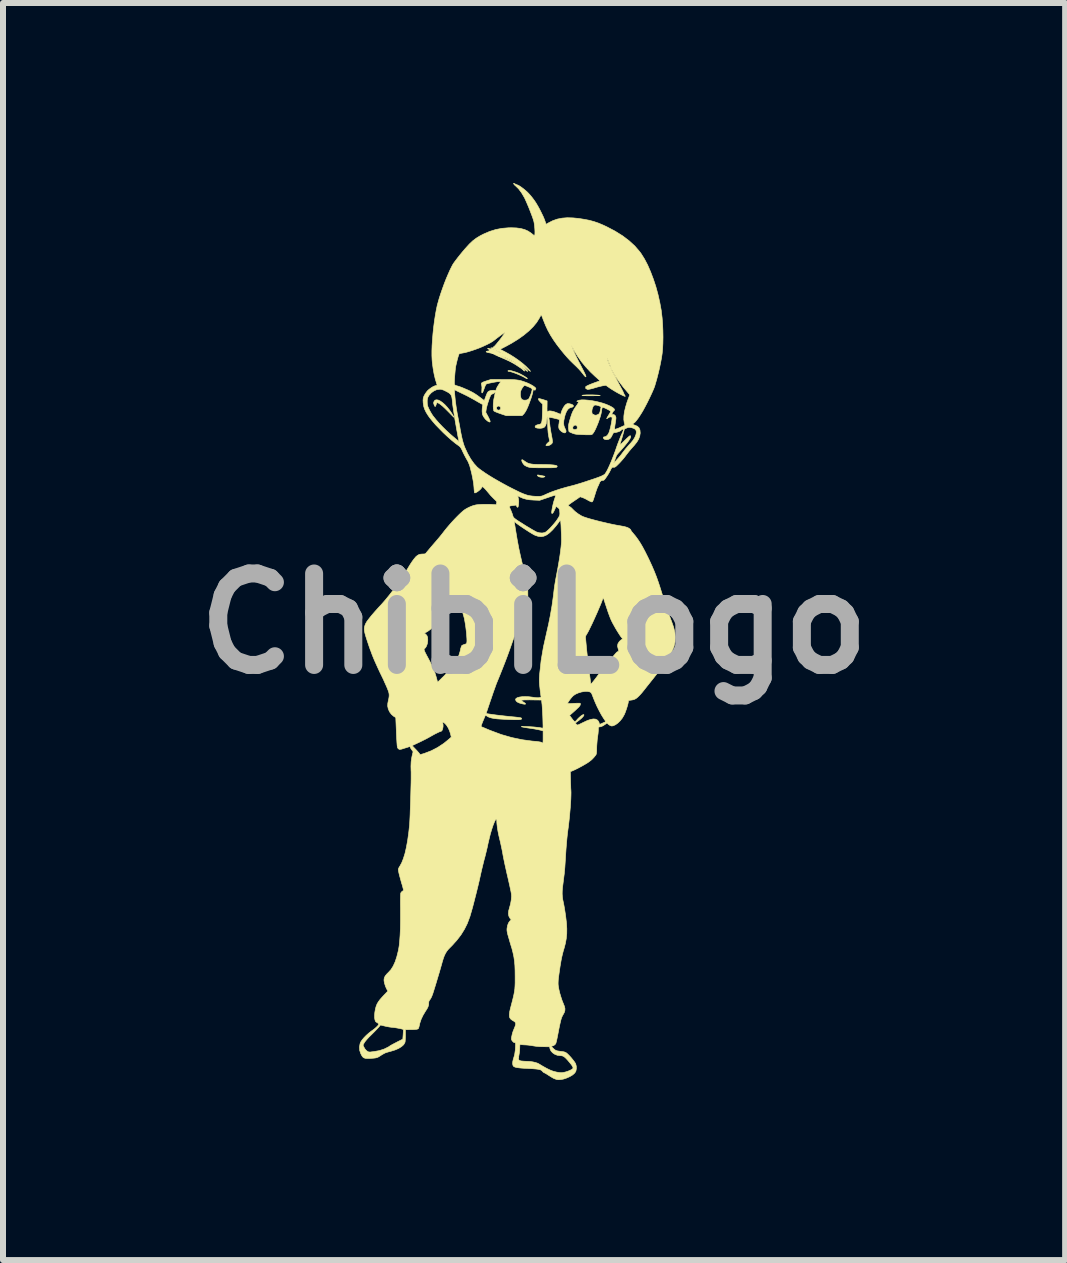
<source format=kicad_pcb>
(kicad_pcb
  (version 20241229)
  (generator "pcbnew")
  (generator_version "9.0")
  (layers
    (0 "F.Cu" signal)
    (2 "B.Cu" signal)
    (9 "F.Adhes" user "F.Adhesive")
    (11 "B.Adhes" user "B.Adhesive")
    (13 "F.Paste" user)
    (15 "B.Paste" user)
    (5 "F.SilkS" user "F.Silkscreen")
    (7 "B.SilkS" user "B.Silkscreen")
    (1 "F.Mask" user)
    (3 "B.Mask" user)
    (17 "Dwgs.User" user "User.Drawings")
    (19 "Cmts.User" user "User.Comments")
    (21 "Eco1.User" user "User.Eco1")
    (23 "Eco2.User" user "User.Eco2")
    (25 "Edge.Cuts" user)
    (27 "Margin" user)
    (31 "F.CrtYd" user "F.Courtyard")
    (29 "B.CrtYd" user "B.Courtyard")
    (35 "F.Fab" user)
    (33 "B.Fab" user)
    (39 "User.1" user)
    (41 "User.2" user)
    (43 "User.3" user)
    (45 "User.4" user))
  (footprint "ChibiLogo"
    (layer "F.Cu")
    (at 5.849 7.341)
    (property "Reference" "ChibiLogo" (at 0 0 0) (layer "F.Fab") (effects (font (size 1.524 1.524) (thickness 0.3))))
    (attr through_hole)
    (fp_poly (pts (xy 0.075 -2.475) (xy 0.098 -2.471) (xy 0.125 -2.466) (xy 0.15 -2.461) (xy 0.169 -2.457) (xy 0.174 -2.456) (xy 0.182 -2.451) (xy 0.176 -2.445) (xy 0.174 -2.444) (xy 0.154 -2.438) (xy 0.126 -2.438) (xy 0.098 -2.442) (xy 0.077 -2.449) (xy 0.062 -2.46) (xy 0.055 -2.47) (xy 0.059 -2.476) (xy 0.062 -2.477) (xy 0.075 -2.475)) (stroke (width 0.01) (type solid)) (fill yes) (layer "F.SilkS"))
    (fp_poly (pts (xy 0.972 -3.811) (xy 1.016 -3.809) (xy 1.056 -3.807) (xy 1.088 -3.804) (xy 1.091 -3.803) (xy 1.103 -3.801) (xy 1.102 -3.8) (xy 1.088 -3.798) (xy 1.061 -3.797) (xy 1.019 -3.797) (xy 0.961 -3.796) (xy 0.96 -3.796) (xy 0.9 -3.796) (xy 0.855 -3.797) (xy 0.823 -3.798) (xy 0.805 -3.8) (xy 0.799 -3.802) (xy 0.802 -3.804) (xy 0.818 -3.807) (xy 0.846 -3.809) (xy 0.883 -3.811) (xy 0.927 -3.811) (xy 0.972 -3.811)) (stroke (width 0.01) (type solid)) (fill yes) (layer "F.SilkS"))
    (fp_poly (pts (xy -0.406 -4.218) (xy -0.378 -4.213) (xy -0.343 -4.203) (xy -0.302 -4.19) (xy -0.26 -4.174) (xy -0.25 -4.17) (xy -0.227 -4.158) (xy -0.199 -4.143) (xy -0.17 -4.126) (xy -0.144 -4.11) (xy -0.123 -4.096) (xy -0.112 -4.086) (xy -0.111 -4.084) (xy -0.114 -4.081) (xy -0.124 -4.083) (xy -0.144 -4.093) (xy -0.17 -4.108) (xy -0.202 -4.124) (xy -0.241 -4.142) (xy -0.283 -4.16) (xy -0.325 -4.176) (xy -0.363 -4.189) (xy -0.393 -4.198) (xy -0.411 -4.201) (xy -0.43 -4.204) (xy -0.436 -4.21) (xy -0.428 -4.216) (xy -0.422 -4.218) (xy -0.406 -4.218)) (stroke (width 0.01) (type solid)) (fill yes) (layer "F.SilkS"))
    (fp_poly (pts (xy -1.597 -3.725) (xy -1.563 -3.709) (xy -1.526 -3.683) (xy -1.487 -3.649) (xy -1.447 -3.606) (xy -1.407 -3.556) (xy -1.369 -3.5) (xy -1.354 -3.475) (xy -1.342 -3.454) (xy -1.336 -3.44) (xy -1.335 -3.437) (xy -1.341 -3.442) (xy -1.356 -3.457) (xy -1.379 -3.48) (xy -1.407 -3.509) (xy -1.437 -3.539) (xy -1.484 -3.586) (xy -1.525 -3.624) (xy -1.561 -3.653) (xy -1.589 -3.672) (xy -1.609 -3.68) (xy -1.619 -3.678) (xy -1.626 -3.666) (xy -1.632 -3.646) (xy -1.633 -3.643) (xy -1.641 -3.622) (xy -1.649 -3.617) (xy -1.658 -3.628) (xy -1.666 -3.648) (xy -1.673 -3.671) (xy -1.672 -3.687) (xy -1.666 -3.703) (xy -1.65 -3.723) (xy -1.626 -3.729) (xy -1.597 -3.725)) (stroke (width 0.01) (type solid)) (fill yes) (layer "F.SilkS"))
    (fp_poly (pts (xy -0.184 -2.725) (xy -0.163 -2.711) (xy -0.157 -2.706) (xy -0.13 -2.689) (xy -0.105 -2.675) (xy -0.077 -2.665) (xy -0.045 -2.659) (xy -0.006 -2.654) (xy 0.043 -2.652) (xy 0.105 -2.651) (xy 0.123 -2.651) (xy 0.205 -2.65) (xy 0.272 -2.647) (xy 0.324 -2.643) (xy 0.36 -2.637) (xy 0.381 -2.629) (xy 0.387 -2.62) (xy 0.379 -2.608) (xy 0.377 -2.607) (xy 0.37 -2.603) (xy 0.357 -2.601) (xy 0.337 -2.599) (xy 0.307 -2.597) (xy 0.267 -2.596) (xy 0.215 -2.596) (xy 0.151 -2.596) (xy 0.086 -2.596) (xy 0.034 -2.597) (xy -0.006 -2.597) (xy -0.037 -2.599) (xy -0.06 -2.601) (xy -0.079 -2.604) (xy -0.094 -2.608) (xy -0.101 -2.61) (xy -0.128 -2.621) (xy -0.15 -2.633) (xy -0.159 -2.639) (xy -0.179 -2.661) (xy -0.195 -2.687) (xy -0.204 -2.71) (xy -0.205 -2.723) (xy -0.203 -2.73) (xy -0.197 -2.731) (xy -0.184 -2.725)) (stroke (width 0.01) (type solid)) (fill yes) (layer "F.SilkS"))
    (fp_poly (pts (xy 0.088 -3.749) (xy 0.109 -3.744) (xy 0.138 -3.736) (xy 0.152 -3.732) (xy 0.218 -3.71) (xy 0.217 -3.617) (xy 0.216 -3.581) (xy 0.217 -3.551) (xy 0.219 -3.531) (xy 0.222 -3.524) (xy 0.23 -3.531) (xy 0.232 -3.534) (xy 0.243 -3.542) (xy 0.265 -3.544) (xy 0.296 -3.54) (xy 0.332 -3.531) (xy 0.371 -3.517) (xy 0.379 -3.514) (xy 0.445 -3.486) (xy 0.45 -3.507) (xy 0.461 -3.542) (xy 0.478 -3.579) (xy 0.497 -3.613) (xy 0.517 -3.639) (xy 0.524 -3.646) (xy 0.544 -3.66) (xy 0.561 -3.666) (xy 0.585 -3.664) (xy 0.587 -3.664) (xy 0.62 -3.656) (xy 0.644 -3.645) (xy 0.656 -3.632) (xy 0.655 -3.619) (xy 0.642 -3.608) (xy 0.619 -3.602) (xy 0.589 -3.591) (xy 0.563 -3.569) (xy 0.541 -3.535) (xy 0.521 -3.486) (xy 0.508 -3.439) (xy 0.496 -3.381) (xy 0.493 -3.333) (xy 0.499 -3.294) (xy 0.509 -3.268) (xy 0.523 -3.237) (xy 0.532 -3.217) (xy 0.534 -3.204) (xy 0.531 -3.194) (xy 0.528 -3.188) (xy 0.518 -3.179) (xy 0.505 -3.178) (xy 0.49 -3.182) (xy 0.459 -3.199) (xy 0.431 -3.225) (xy 0.414 -3.254) (xy 0.411 -3.277) (xy 0.413 -3.313) (xy 0.417 -3.336) (xy 0.421 -3.37) (xy 0.422 -3.391) (xy 0.419 -3.4) (xy 0.418 -3.401) (xy 0.397 -3.407) (xy 0.369 -3.414) (xy 0.337 -3.422) (xy 0.305 -3.429) (xy 0.279 -3.434) (xy 0.262 -3.437) (xy 0.26 -3.437) (xy 0.249 -3.434) (xy 0.248 -3.422) (xy 0.249 -3.415) (xy 0.252 -3.397) (xy 0.256 -3.369) (xy 0.26 -3.335) (xy 0.262 -3.322) (xy 0.266 -3.286) (xy 0.273 -3.241) (xy 0.281 -3.191) (xy 0.29 -3.142) (xy 0.291 -3.137) (xy 0.3 -3.09) (xy 0.305 -3.055) (xy 0.307 -3.031) (xy 0.305 -3.014) (xy 0.298 -3.001) (xy 0.287 -2.991) (xy 0.277 -2.983) (xy 0.257 -2.972) (xy 0.234 -2.965) (xy 0.214 -2.963) (xy 0.201 -2.966) (xy 0.198 -2.971) (xy 0.204 -2.983) (xy 0.218 -3) (xy 0.229 -3.011) (xy 0.26 -3.038) (xy 0.244 -3.121) (xy 0.235 -3.178) (xy 0.23 -3.242) (xy 0.227 -3.316) (xy 0.227 -3.324) (xy 0.227 -3.366) (xy 0.225 -3.401) (xy 0.224 -3.428) (xy 0.222 -3.443) (xy 0.221 -3.445) (xy 0.218 -3.438) (xy 0.215 -3.418) (xy 0.211 -3.391) (xy 0.21 -3.383) (xy 0.204 -3.334) (xy 0.192 -3.299) (xy 0.175 -3.275) (xy 0.15 -3.261) (xy 0.116 -3.255) (xy 0.095 -3.254) (xy 0.056 -3.257) (xy 0.03 -3.264) (xy 0.018 -3.275) (xy 0.02 -3.291) (xy 0.02 -3.291) (xy 0.034 -3.303) (xy 0.052 -3.311) (xy 0.077 -3.317) (xy 0.096 -3.321) (xy 0.109 -3.326) (xy 0.119 -3.337) (xy 0.127 -3.354) (xy 0.132 -3.38) (xy 0.136 -3.417) (xy 0.138 -3.466) (xy 0.14 -3.517) (xy 0.143 -3.656) (xy 0.107 -3.691) (xy 0.084 -3.716) (xy 0.073 -3.734) (xy 0.074 -3.746) (xy 0.078 -3.75) (xy 0.088 -3.749)) (stroke (width 0.01) (type solid)) (fill yes) (layer "F.SilkS"))
    (fp_poly (pts (xy -0.32 -7.329) (xy -0.316 -7.326) (xy -0.296 -7.316) (xy -0.281 -7.311) (xy -0.279 -7.31) (xy -0.265 -7.305) (xy -0.242 -7.292) (xy -0.212 -7.272) (xy -0.18 -7.248) (xy -0.147 -7.221) (xy -0.117 -7.195) (xy -0.1 -7.178) (xy -0.071 -7.147) (xy -0.039 -7.109) (xy -0.009 -7.07) (xy 0.004 -7.052) (xy 0.031 -7.012) (xy 0.062 -6.96) (xy 0.094 -6.902) (xy 0.124 -6.842) (xy 0.152 -6.784) (xy 0.174 -6.732) (xy 0.183 -6.706) (xy 0.201 -6.654) (xy 0.242 -6.678) (xy 0.313 -6.714) (xy 0.387 -6.74) (xy 0.467 -6.756) (xy 0.554 -6.763) (xy 0.651 -6.76) (xy 0.743 -6.751) (xy 0.838 -6.736) (xy 0.921 -6.72) (xy 0.998 -6.699) (xy 1.074 -6.673) (xy 1.152 -6.64) (xy 1.21 -6.613) (xy 1.351 -6.539) (xy 1.476 -6.461) (xy 1.585 -6.378) (xy 1.68 -6.291) (xy 1.759 -6.199) (xy 1.785 -6.164) (xy 1.84 -6.076) (xy 1.893 -5.975) (xy 1.942 -5.862) (xy 1.988 -5.741) (xy 2.03 -5.614) (xy 2.066 -5.482) (xy 2.096 -5.348) (xy 2.12 -5.216) (xy 2.122 -5.195) (xy 2.134 -5.097) (xy 2.142 -4.992) (xy 2.147 -4.883) (xy 2.149 -4.774) (xy 2.147 -4.669) (xy 2.142 -4.573) (xy 2.135 -4.501) (xy 2.124 -4.426) (xy 2.108 -4.341) (xy 2.089 -4.251) (xy 2.067 -4.159) (xy 2.044 -4.07) (xy 2.02 -3.988) (xy 2.011 -3.957) (xy 1.996 -3.917) (xy 1.974 -3.866) (xy 1.947 -3.807) (xy 1.917 -3.744) (xy 1.885 -3.679) (xy 1.852 -3.616) (xy 1.82 -3.557) (xy 1.796 -3.516) (xy 1.765 -3.467) (xy 1.735 -3.422) (xy 1.707 -3.385) (xy 1.684 -3.358) (xy 1.665 -3.342) (xy 1.661 -3.34) (xy 1.647 -3.33) (xy 1.648 -3.32) (xy 1.665 -3.311) (xy 1.682 -3.305) (xy 1.722 -3.288) (xy 1.75 -3.261) (xy 1.765 -3.225) (xy 1.769 -3.179) (xy 1.769 -3.172) (xy 1.761 -3.123) (xy 1.743 -3.074) (xy 1.713 -3.024) (xy 1.671 -2.971) (xy 1.647 -2.944) (xy 1.615 -2.908) (xy 1.582 -2.869) (xy 1.553 -2.832) (xy 1.534 -2.807) (xy 1.51 -2.775) (xy 1.479 -2.737) (xy 1.445 -2.699) (xy 1.421 -2.673) (xy 1.392 -2.644) (xy 1.371 -2.624) (xy 1.356 -2.612) (xy 1.344 -2.606) (xy 1.332 -2.604) (xy 1.325 -2.605) (xy 1.312 -2.606) (xy 1.302 -2.602) (xy 1.293 -2.593) (xy 1.282 -2.574) (xy 1.269 -2.548) (xy 1.254 -2.519) (xy 1.235 -2.487) (xy 1.215 -2.456) (xy 1.195 -2.427) (xy 1.178 -2.404) (xy 1.165 -2.391) (xy 1.161 -2.388) (xy 1.149 -2.387) (xy 1.137 -2.385) (xy 1.113 -2.377) (xy 1.096 -2.357) (xy 1.087 -2.336) (xy 1.076 -2.309) (xy 1.063 -2.283) (xy 1.063 -2.283) (xy 1.055 -2.266) (xy 1.045 -2.237) (xy 1.032 -2.202) (xy 1.02 -2.163) (xy 1.005 -2.115) (xy 0.994 -2.081) (xy 0.986 -2.057) (xy 0.979 -2.042) (xy 0.974 -2.033) (xy 0.969 -2.029) (xy 0.965 -2.027) (xy 0.953 -2.029) (xy 0.932 -2.038) (xy 0.906 -2.051) (xy 0.899 -2.055) (xy 0.867 -2.073) (xy 0.834 -2.089) (xy 0.808 -2.1) (xy 0.807 -2.1) (xy 0.768 -2.113) (xy 0.72 -2.079) (xy 0.687 -2.057) (xy 0.652 -2.033) (xy 0.627 -2.016) (xy 0.596 -1.994) (xy 0.577 -1.979) (xy 0.57 -1.968) (xy 0.573 -1.96) (xy 0.586 -1.953) (xy 0.588 -1.953) (xy 0.607 -1.941) (xy 0.629 -1.922) (xy 0.641 -1.909) (xy 0.682 -1.869) (xy 0.733 -1.83) (xy 0.788 -1.796) (xy 0.806 -1.787) (xy 0.831 -1.777) (xy 0.869 -1.764) (xy 0.918 -1.749) (xy 0.976 -1.733) (xy 1.04 -1.716) (xy 1.107 -1.699) (xy 1.176 -1.683) (xy 1.244 -1.667) (xy 1.309 -1.653) (xy 1.369 -1.641) (xy 1.404 -1.635) (xy 1.46 -1.625) (xy 1.503 -1.617) (xy 1.535 -1.608) (xy 1.559 -1.6) (xy 1.576 -1.591) (xy 1.596 -1.578) (xy 1.609 -1.566) (xy 1.611 -1.561) (xy 1.616 -1.55) (xy 1.629 -1.531) (xy 1.648 -1.509) (xy 1.649 -1.507) (xy 1.692 -1.456) (xy 1.732 -1.401) (xy 1.771 -1.342) (xy 1.81 -1.275) (xy 1.851 -1.198) (xy 1.895 -1.11) (xy 1.922 -1.054) (xy 1.967 -0.956) (xy 2.006 -0.865) (xy 2.041 -0.776) (xy 2.073 -0.685) (xy 2.105 -0.587) (xy 2.123 -0.529) (xy 2.152 -0.436) (xy 2.183 -0.34) (xy 2.215 -0.245) (xy 2.247 -0.155) (xy 2.277 -0.074) (xy 2.293 -0.033) (xy 2.326 0.061) (xy 2.347 0.147) (xy 2.355 0.228) (xy 2.35 0.305) (xy 2.333 0.38) (xy 2.303 0.456) (xy 2.288 0.486) (xy 2.259 0.537) (xy 2.222 0.596) (xy 2.179 0.661) (xy 2.131 0.729) (xy 2.081 0.795) (xy 2.048 0.838) (xy 2.02 0.872) (xy 1.986 0.916) (xy 1.948 0.963) (xy 1.91 1.011) (xy 1.882 1.046) (xy 1.835 1.106) (xy 1.796 1.154) (xy 1.763 1.191) (xy 1.734 1.22) (xy 1.71 1.241) (xy 1.687 1.256) (xy 1.664 1.266) (xy 1.64 1.272) (xy 1.614 1.276) (xy 1.589 1.279) (xy 1.576 1.284) (xy 1.572 1.293) (xy 1.572 1.296) (xy 1.569 1.319) (xy 1.561 1.353) (xy 1.549 1.394) (xy 1.535 1.437) (xy 1.52 1.479) (xy 1.505 1.515) (xy 1.499 1.526) (xy 1.47 1.576) (xy 1.434 1.621) (xy 1.396 1.658) (xy 1.357 1.686) (xy 1.319 1.703) (xy 1.294 1.707) (xy 1.268 1.699) (xy 1.243 1.682) (xy 1.215 1.658) (xy 1.189 1.677) (xy 1.15 1.703) (xy 1.115 1.718) (xy 1.092 1.722) (xy 1.08 1.723) (xy 1.074 1.729) (xy 1.072 1.743) (xy 1.072 1.768) (xy 1.07 1.797) (xy 1.067 1.834) (xy 1.061 1.875) (xy 1.059 1.893) (xy 1.053 1.935) (xy 1.049 1.985) (xy 1.045 2.037) (xy 1.044 2.073) (xy 1.043 2.121) (xy 1.04 2.155) (xy 1.036 2.177) (xy 1.031 2.188) (xy 1 2.227) (xy 0.973 2.256) (xy 0.947 2.28) (xy 0.917 2.302) (xy 0.901 2.314) (xy 0.852 2.344) (xy 0.796 2.376) (xy 0.738 2.407) (xy 0.682 2.435) (xy 0.646 2.451) (xy 0.605 2.468) (xy 0.608 2.609) (xy 0.609 2.658) (xy 0.611 2.704) (xy 0.612 2.743) (xy 0.614 2.772) (xy 0.615 2.786) (xy 0.616 2.82) (xy 0.615 2.867) (xy 0.613 2.925) (xy 0.609 2.993) (xy 0.604 3.067) (xy 0.597 3.145) (xy 0.59 3.226) (xy 0.581 3.307) (xy 0.572 3.385) (xy 0.563 3.449) (xy 0.555 3.515) (xy 0.547 3.592) (xy 0.54 3.674) (xy 0.533 3.758) (xy 0.528 3.834) (xy 0.523 3.919) (xy 0.518 3.992) (xy 0.514 4.055) (xy 0.509 4.112) (xy 0.504 4.166) (xy 0.497 4.22) (xy 0.49 4.277) (xy 0.484 4.324) (xy 0.475 4.394) (xy 0.47 4.452) (xy 0.469 4.504) (xy 0.472 4.552) (xy 0.479 4.602) (xy 0.489 4.649) (xy 0.497 4.689) (xy 0.506 4.739) (xy 0.515 4.796) (xy 0.524 4.854) (xy 0.529 4.893) (xy 0.541 4.995) (xy 0.546 5.085) (xy 0.545 5.168) (xy 0.537 5.248) (xy 0.523 5.327) (xy 0.501 5.411) (xy 0.488 5.453) (xy 0.476 5.499) (xy 0.462 5.557) (xy 0.449 5.624) (xy 0.437 5.697) (xy 0.436 5.699) (xy 0.425 5.775) (xy 0.416 5.838) (xy 0.409 5.889) (xy 0.404 5.931) (xy 0.402 5.965) (xy 0.401 5.994) (xy 0.402 6.02) (xy 0.405 6.044) (xy 0.414 6.095) (xy 0.428 6.156) (xy 0.447 6.219) (xy 0.467 6.28) (xy 0.488 6.332) (xy 0.506 6.377) (xy 0.515 6.414) (xy 0.514 6.446) (xy 0.505 6.478) (xy 0.486 6.514) (xy 0.484 6.516) (xy 0.475 6.533) (xy 0.467 6.549) (xy 0.459 6.568) (xy 0.452 6.59) (xy 0.444 6.618) (xy 0.436 6.653) (xy 0.426 6.697) (xy 0.415 6.752) (xy 0.402 6.82) (xy 0.392 6.87) (xy 0.384 6.911) (xy 0.376 6.947) (xy 0.369 6.976) (xy 0.364 6.994) (xy 0.364 6.995) (xy 0.348 7.017) (xy 0.324 7.033) (xy 0.298 7.041) (xy 0.297 7.041) (xy 0.29 7.043) (xy 0.293 7.051) (xy 0.306 7.065) (xy 0.334 7.092) (xy 0.359 7.11) (xy 0.387 7.12) (xy 0.423 7.126) (xy 0.442 7.128) (xy 0.482 7.133) (xy 0.511 7.14) (xy 0.534 7.151) (xy 0.539 7.154) (xy 0.559 7.171) (xy 0.585 7.197) (xy 0.614 7.228) (xy 0.642 7.262) (xy 0.667 7.294) (xy 0.686 7.322) (xy 0.694 7.337) (xy 0.704 7.375) (xy 0.705 7.417) (xy 0.698 7.455) (xy 0.692 7.469) (xy 0.671 7.497) (xy 0.637 7.525) (xy 0.594 7.55) (xy 0.545 7.572) (xy 0.495 7.589) (xy 0.446 7.599) (xy 0.402 7.601) (xy 0.377 7.597) (xy 0.353 7.589) (xy 0.33 7.58) (xy 0.306 7.567) (xy 0.275 7.548) (xy 0.246 7.53) (xy 0.217 7.511) (xy 0.192 7.496) (xy 0.175 7.487) (xy 0.17 7.485) (xy 0.158 7.479) (xy 0.145 7.467) (xy 0.134 7.454) (xy 0.122 7.444) (xy 0.106 7.436) (xy 0.084 7.43) (xy 0.055 7.425) (xy 0.017 7.421) (xy -0.033 7.417) (xy -0.097 7.414) (xy -0.107 7.413) (xy -0.174 7.41) (xy -0.227 7.406) (xy -0.268 7.401) (xy -0.299 7.396) (xy -0.321 7.389) (xy -0.337 7.381) (xy -0.343 7.376) (xy -0.353 7.358) (xy -0.357 7.329) (xy -0.354 7.294) (xy -0.345 7.258) (xy -0.345 7.256) (xy -0.258 7.256) (xy -0.252 7.273) (xy -0.236 7.283) (xy -0.211 7.289) (xy -0.205 7.289) (xy -0.173 7.292) (xy -0.135 7.294) (xy -0.111 7.295) (xy -0.066 7.297) (xy -0.019 7.304) (xy 0.024 7.314) (xy 0.06 7.326) (xy 0.074 7.333) (xy 0.139 7.372) (xy 0.194 7.403) (xy 0.24 7.427) (xy 0.282 7.446) (xy 0.321 7.46) (xy 0.36 7.47) (xy 0.377 7.474) (xy 0.418 7.481) (xy 0.451 7.484) (xy 0.482 7.481) (xy 0.516 7.474) (xy 0.52 7.473) (xy 0.56 7.461) (xy 0.596 7.446) (xy 0.625 7.432) (xy 0.645 7.417) (xy 0.651 7.406) (xy 0.645 7.387) (xy 0.627 7.357) (xy 0.597 7.319) (xy 0.561 7.276) (xy 0.53 7.243) (xy 0.504 7.22) (xy 0.481 7.207) (xy 0.456 7.201) (xy 0.431 7.199) (xy 0.386 7.193) (xy 0.344 7.176) (xy 0.308 7.151) (xy 0.281 7.12) (xy 0.266 7.086) (xy 0.265 7.081) (xy 0.26 7.052) (xy 0.16 7.051) (xy 0.091 7.049) (xy 0.027 7.043) (xy -0.012 7.037) (xy -0.054 7.03) (xy -0.1 7.024) (xy -0.141 7.021) (xy -0.147 7.021) (xy -0.179 7.019) (xy -0.206 7.017) (xy -0.222 7.014) (xy -0.224 7.013) (xy -0.231 7.012) (xy -0.235 7.016) (xy -0.237 7.03) (xy -0.238 7.056) (xy -0.238 7.068) (xy -0.24 7.109) (xy -0.245 7.154) (xy -0.251 7.189) (xy -0.258 7.229) (xy -0.258 7.256) (xy -0.345 7.256) (xy -0.342 7.248) (xy -0.323 7.183) (xy -0.312 7.105) (xy -0.309 7.048) (xy -0.308 7.016) (xy -0.309 6.996) (xy -0.312 6.986) (xy -0.317 6.983) (xy -0.323 6.983) (xy -0.34 6.978) (xy -0.36 6.958) (xy -0.371 6.942) (xy -0.376 6.929) (xy -0.377 6.911) (xy -0.373 6.884) (xy -0.372 6.882) (xy -0.365 6.848) (xy -0.356 6.814) (xy -0.35 6.796) (xy -0.338 6.766) (xy -0.324 6.732) (xy -0.318 6.717) (xy -0.307 6.683) (xy -0.307 6.658) (xy -0.318 6.639) (xy -0.342 6.622) (xy -0.346 6.62) (xy -0.372 6.604) (xy -0.392 6.587) (xy -0.405 6.567) (xy -0.411 6.542) (xy -0.411 6.509) (xy -0.406 6.468) (xy -0.394 6.415) (xy -0.377 6.35) (xy -0.359 6.281) (xy -0.345 6.224) (xy -0.334 6.174) (xy -0.326 6.129) (xy -0.32 6.086) (xy -0.317 6.039) (xy -0.315 5.987) (xy -0.315 5.925) (xy -0.315 5.882) (xy -0.316 5.785) (xy -0.319 5.7) (xy -0.326 5.624) (xy -0.336 5.554) (xy -0.351 5.484) (xy -0.369 5.413) (xy -0.379 5.382) (xy -0.4 5.312) (xy -0.416 5.256) (xy -0.429 5.211) (xy -0.439 5.176) (xy -0.445 5.149) (xy -0.449 5.127) (xy -0.451 5.11) (xy -0.451 5.094) (xy -0.45 5.079) (xy -0.45 5.079) (xy -0.441 5.03) (xy -0.426 4.989) (xy -0.406 4.96) (xy -0.399 4.953) (xy -0.38 4.938) (xy -0.402 4.909) (xy -0.42 4.875) (xy -0.427 4.835) (xy -0.423 4.787) (xy -0.409 4.735) (xy -0.391 4.67) (xy -0.38 4.607) (xy -0.375 4.548) (xy -0.377 4.509) (xy -0.38 4.49) (xy -0.386 4.458) (xy -0.395 4.416) (xy -0.406 4.365) (xy -0.419 4.307) (xy -0.433 4.245) (xy -0.44 4.215) (xy -0.456 4.147) (xy -0.471 4.078) (xy -0.486 4.011) (xy -0.499 3.949) (xy -0.51 3.895) (xy -0.518 3.853) (xy -0.519 3.845) (xy -0.529 3.79) (xy -0.542 3.728) (xy -0.555 3.667) (xy -0.567 3.614) (xy -0.568 3.612) (xy -0.587 3.531) (xy -0.602 3.457) (xy -0.612 3.393) (xy -0.618 3.34) (xy -0.62 3.314) (xy -0.621 3.28) (xy -0.625 3.261) (xy -0.631 3.257) (xy -0.641 3.269) (xy -0.656 3.296) (xy -0.661 3.308) (xy -0.682 3.36) (xy -0.704 3.426) (xy -0.727 3.502) (xy -0.748 3.587) (xy -0.769 3.676) (xy -0.77 3.683) (xy -0.781 3.734) (xy -0.795 3.793) (xy -0.81 3.855) (xy -0.825 3.913) (xy -0.83 3.929) (xy -0.843 3.981) (xy -0.858 4.042) (xy -0.874 4.108) (xy -0.889 4.174) (xy -0.9 4.224) (xy -0.913 4.283) (xy -0.929 4.351) (xy -0.947 4.425) (xy -0.966 4.502) (xy -0.986 4.58) (xy -1.005 4.655) (xy -1.024 4.727) (xy -1.042 4.791) (xy -1.058 4.845) (xy -1.07 4.887) (xy -1.073 4.893) (xy -1.112 4.998) (xy -1.16 5.094) (xy -1.217 5.186) (xy -1.286 5.276) (xy -1.367 5.366) (xy -1.399 5.398) (xy -1.43 5.43) (xy -1.455 5.462) (xy -1.476 5.496) (xy -1.495 5.535) (xy -1.512 5.582) (xy -1.53 5.641) (xy -1.536 5.663) (xy -1.555 5.73) (xy -1.578 5.81) (xy -1.606 5.903) (xy -1.637 6.007) (xy -1.672 6.12) (xy -1.69 6.176) (xy -1.707 6.219) (xy -1.724 6.252) (xy -1.743 6.278) (xy -1.745 6.281) (xy -1.754 6.301) (xy -1.755 6.326) (xy -1.757 6.354) (xy -1.766 6.385) (xy -1.784 6.421) (xy -1.81 6.461) (xy -1.849 6.526) (xy -1.881 6.593) (xy -1.903 6.658) (xy -1.908 6.682) (xy -1.915 6.712) (xy -1.922 6.735) (xy -1.927 6.748) (xy -1.928 6.749) (xy -1.939 6.756) (xy -1.958 6.761) (xy -1.987 6.764) (xy -2.027 6.766) (xy -2.062 6.766) (xy -2.143 6.767) (xy -2.143 6.863) (xy -2.144 6.903) (xy -2.146 6.939) (xy -2.148 6.967) (xy -2.152 6.982) (xy -2.172 7.017) (xy -2.208 7.049) (xy -2.256 7.079) (xy -2.316 7.105) (xy -2.387 7.127) (xy -2.388 7.127) (xy -2.428 7.138) (xy -2.459 7.147) (xy -2.483 7.156) (xy -2.506 7.168) (xy -2.534 7.184) (xy -2.563 7.203) (xy -2.59 7.22) (xy -2.612 7.23) (xy -2.635 7.237) (xy -2.664 7.241) (xy -2.687 7.243) (xy -2.742 7.247) (xy -2.783 7.247) (xy -2.814 7.244) (xy -2.838 7.235) (xy -2.856 7.22) (xy -2.871 7.198) (xy -2.886 7.169) (xy -2.905 7.114) (xy -2.909 7.057) (xy -2.903 7.023) (xy -2.85 7.023) (xy -2.835 7.058) (xy -2.814 7.093) (xy -2.788 7.12) (xy -2.76 7.137) (xy -2.732 7.14) (xy -2.731 7.14) (xy -2.712 7.137) (xy -2.684 7.134) (xy -2.663 7.131) (xy -2.578 7.116) (xy -2.498 7.09) (xy -2.425 7.054) (xy -2.402 7.038) (xy -2.386 7.028) (xy -2.359 7.013) (xy -2.325 6.995) (xy -2.288 6.976) (xy -2.283 6.973) (xy -2.187 6.925) (xy -2.181 6.85) (xy -2.179 6.816) (xy -2.177 6.789) (xy -2.178 6.77) (xy -2.178 6.766) (xy -2.187 6.76) (xy -2.209 6.754) (xy -2.24 6.747) (xy -2.278 6.74) (xy -2.319 6.733) (xy -2.361 6.728) (xy -2.377 6.727) (xy -2.414 6.722) (xy -2.456 6.714) (xy -2.496 6.705) (xy -2.496 6.705) (xy -2.559 6.689) (xy -2.587 6.724) (xy -2.603 6.741) (xy -2.627 6.767) (xy -2.657 6.798) (xy -2.691 6.832) (xy -2.711 6.852) (xy -2.75 6.89) (xy -2.783 6.926) (xy -2.809 6.957) (xy -2.826 6.98) (xy -2.828 6.984) (xy -2.85 7.023) (xy -2.903 7.023) (xy -2.9 7.003) (xy -2.887 6.971) (xy -2.865 6.938) (xy -2.834 6.901) (xy -2.795 6.861) (xy -2.751 6.822) (xy -2.706 6.787) (xy -2.694 6.779) (xy -2.663 6.756) (xy -2.634 6.731) (xy -2.61 6.708) (xy -2.594 6.689) (xy -2.588 6.676) (xy -2.594 6.666) (xy -2.608 6.653) (xy -2.625 6.643) (xy -2.628 6.642) (xy -2.642 6.629) (xy -2.651 6.603) (xy -2.657 6.568) (xy -2.657 6.525) (xy -2.653 6.477) (xy -2.651 6.466) (xy -2.642 6.416) (xy -2.63 6.374) (xy -2.615 6.337) (xy -2.594 6.302) (xy -2.566 6.264) (xy -2.528 6.221) (xy -2.504 6.195) (xy -2.436 6.124) (xy -2.456 6.088) (xy -2.475 6.046) (xy -2.49 5.999) (xy -2.499 5.956) (xy -2.5 5.935) (xy -2.495 5.903) (xy -2.48 5.872) (xy -2.452 5.838) (xy -2.426 5.812) (xy -2.384 5.766) (xy -2.347 5.707) (xy -2.314 5.635) (xy -2.286 5.549) (xy -2.261 5.449) (xy -2.258 5.435) (xy -2.247 5.368) (xy -2.239 5.288) (xy -2.232 5.193) (xy -2.227 5.084) (xy -2.225 4.96) (xy -2.225 4.821) (xy -2.225 4.747) (xy -2.226 4.678) (xy -2.226 4.617) (xy -2.225 4.566) (xy -2.224 4.526) (xy -2.222 4.5) (xy -2.22 4.488) (xy -2.208 4.471) (xy -2.194 4.46) (xy -2.18 4.45) (xy -2.175 4.441) (xy -2.177 4.431) (xy -2.183 4.408) (xy -2.191 4.377) (xy -2.202 4.339) (xy -2.204 4.334) (xy -2.224 4.263) (xy -2.24 4.204) (xy -2.252 4.156) (xy -2.259 4.12) (xy -2.262 4.099) (xy -2.262 4.098) (xy -2.258 4.082) (xy -2.247 4.059) (xy -2.237 4.044) (xy -2.206 3.988) (xy -2.178 3.918) (xy -2.151 3.832) (xy -2.128 3.732) (xy -2.107 3.618) (xy -2.089 3.491) (xy -2.076 3.373) (xy -2.073 3.343) (xy -2.071 3.3) (xy -2.068 3.245) (xy -2.065 3.181) (xy -2.063 3.11) (xy -2.06 3.034) (xy -2.057 2.956) (xy -2.055 2.876) (xy -2.053 2.797) (xy -2.051 2.722) (xy -2.049 2.651) (xy -2.048 2.588) (xy -2.048 2.535) (xy -2.048 2.493) (xy -2.048 2.464) (xy -2.049 2.461) (xy -2.051 2.377) (xy -2.048 2.304) (xy -2.039 2.24) (xy -2.033 2.209) (xy -2.015 2.135) (xy -2.039 2.102) (xy -2.053 2.081) (xy -2.062 2.064) (xy -2.064 2.057) (xy -2.069 2.049) (xy -2.074 2.05) (xy -2.086 2.054) (xy -2.108 2.061) (xy -2.137 2.07) (xy -2.139 2.071) (xy -2.17 2.08) (xy -2.197 2.089) (xy -2.215 2.094) (xy -2.215 2.094) (xy -2.243 2.097) (xy -2.264 2.085) (xy -2.277 2.062) (xy -2.279 2.048) (xy -2.28 2.034) (xy -2.032 2.034) (xy -1.968 2.1) (xy -1.943 2.127) (xy -1.923 2.15) (xy -1.909 2.167) (xy -1.905 2.175) (xy -1.904 2.18) (xy -1.898 2.182) (xy -1.886 2.18) (xy -1.863 2.174) (xy -1.829 2.164) (xy -1.824 2.162) (xy -1.714 2.12) (xy -1.606 2.064) (xy -1.503 1.996) (xy -1.422 1.93) (xy -1.379 1.892) (xy -1.392 1.837) (xy -1.409 1.784) (xy -1.432 1.735) (xy -1.444 1.715) (xy -0.883 1.715) (xy -0.874 1.72) (xy -0.853 1.729) (xy -0.821 1.742) (xy -0.782 1.759) (xy -0.736 1.778) (xy -0.718 1.785) (xy -0.546 1.849) (xy -0.372 1.899) (xy -0.2 1.935) (xy -0.031 1.958) (xy -0.006 1.96) (xy 0.043 1.964) (xy 0.083 1.97) (xy 0.112 1.975) (xy 0.125 1.98) (xy 0.141 1.988) (xy 0.149 1.992) (xy 0.149 1.992) (xy 0.15 1.985) (xy 0.15 1.964) (xy 0.151 1.934) (xy 0.151 1.897) (xy 0.151 1.89) (xy 0.151 1.788) (xy 0.114 1.778) (xy 0.08 1.77) (xy 0.044 1.763) (xy 0.002 1.755) (xy -0.05 1.747) (xy -0.106 1.739) (xy -0.144 1.733) (xy -0.177 1.727) (xy -0.201 1.722) (xy -0.212 1.719) (xy -0.212 1.719) (xy -0.209 1.716) (xy -0.193 1.714) (xy -0.165 1.714) (xy -0.13 1.715) (xy -0.089 1.717) (xy -0.045 1.72) (xy 0.000227 1.723) (xy 0.043 1.728) (xy 0.082 1.732) (xy 0.113 1.737) (xy 0.135 1.742) (xy 0.136 1.743) (xy 0.142 1.744) (xy 0.146 1.742) (xy 0.148 1.736) (xy 0.15 1.723) (xy 0.15 1.701) (xy 0.149 1.668) (xy 0.148 1.623) (xy 0.147 1.59) (xy 0.145 1.535) (xy 0.142 1.479) (xy 0.139 1.427) (xy 0.136 1.383) (xy 0.134 1.353) (xy 0.131 1.329) (xy 0.56 1.329) (xy 0.567 1.331) (xy 0.583 1.332) (xy 0.61 1.332) (xy 0.652 1.33) (xy 0.657 1.329) (xy 0.696 1.328) (xy 0.73 1.327) (xy 0.755 1.327) (xy 0.768 1.328) (xy 0.769 1.329) (xy 0.773 1.339) (xy 0.769 1.358) (xy 0.764 1.368) (xy 0.755 1.38) (xy 0.741 1.396) (xy 0.719 1.416) (xy 0.69 1.444) (xy 0.651 1.479) (xy 0.621 1.505) (xy 0.592 1.53) (xy 0.631 1.582) (xy 0.65 1.607) (xy 0.667 1.625) (xy 0.678 1.635) (xy 0.68 1.635) (xy 0.69 1.629) (xy 0.706 1.615) (xy 0.716 1.602) (xy 0.737 1.579) (xy 0.762 1.556) (xy 0.786 1.536) (xy 0.808 1.522) (xy 0.823 1.516) (xy 0.823 1.516) (xy 0.832 1.52) (xy 0.829 1.532) (xy 0.817 1.55) (xy 0.796 1.573) (xy 0.767 1.598) (xy 0.732 1.625) (xy 0.728 1.627) (xy 0.708 1.642) (xy 0.694 1.653) (xy 0.691 1.658) (xy 0.696 1.668) (xy 0.709 1.681) (xy 0.721 1.689) (xy 0.726 1.691) (xy 0.736 1.687) (xy 0.757 1.678) (xy 0.786 1.664) (xy 0.819 1.648) (xy 0.885 1.617) (xy 0.94 1.598) (xy 0.987 1.589) (xy 1.024 1.592) (xy 1.053 1.606) (xy 1.063 1.615) (xy 1.078 1.636) (xy 1.086 1.658) (xy 1.091 1.681) (xy 1.196 1.634) (xy 1.153 1.57) (xy 1.121 1.518) (xy 1.087 1.455) (xy 1.052 1.386) (xy 1.02 1.315) (xy 0.992 1.247) (xy 0.986 1.231) (xy 0.972 1.195) (xy 0.962 1.17) (xy 0.953 1.155) (xy 0.944 1.146) (xy 0.932 1.14) (xy 0.924 1.137) (xy 0.887 1.13) (xy 0.841 1.131) (xy 0.79 1.14) (xy 0.74 1.155) (xy 0.694 1.175) (xy 0.656 1.2) (xy 0.656 1.2) (xy 0.634 1.222) (xy 0.608 1.253) (xy 0.581 1.29) (xy 0.56 1.324) (xy 0.56 1.329) (xy 0.131 1.329) (xy 0.125 1.274) (xy -0.027 1.272) (xy -0.076 1.271) (xy -0.12 1.272) (xy -0.157 1.272) (xy -0.184 1.274) (xy -0.198 1.276) (xy -0.198 1.276) (xy -0.207 1.28) (xy -0.208 1.285) (xy -0.199 1.293) (xy -0.178 1.307) (xy -0.175 1.309) (xy -0.15 1.326) (xy -0.141 1.337) (xy -0.145 1.343) (xy -0.165 1.343) (xy -0.197 1.337) (xy -0.244 1.324) (xy -0.276 1.309) (xy -0.297 1.292) (xy -0.303 1.281) (xy -0.308 1.264) (xy -0.302 1.251) (xy -0.297 1.246) (xy -0.275 1.233) (xy -0.24 1.224) (xy -0.196 1.218) (xy -0.144 1.217) (xy -0.087 1.219) (xy -0.029 1.226) (xy 0.002 1.231) (xy 0.035 1.235) (xy 0.068 1.236) (xy 0.084 1.235) (xy 0.106 1.23) (xy 0.116 1.225) (xy 0.117 1.216) (xy 0.116 1.212) (xy 0.113 1.198) (xy 0.11 1.172) (xy 0.105 1.136) (xy 0.1 1.095) (xy 0.098 1.074) (xy 0.092 1.022) (xy 0.089 0.98) (xy 0.088 0.942) (xy 0.089 0.903) (xy 0.092 0.855) (xy 0.094 0.836) (xy 0.118 0.616) (xy 0.156 0.392) (xy 0.196 0.214) (xy 0.856 0.214) (xy 0.873 0.395) (xy 0.879 0.457) (xy 0.887 0.53) (xy 0.896 0.608) (xy 0.905 0.686) (xy 0.914 0.759) (xy 0.917 0.784) (xy 0.924 0.84) (xy 0.931 0.891) (xy 0.937 0.935) (xy 0.941 0.969) (xy 0.944 0.992) (xy 0.945 1.001) (xy 0.947 1.006) (xy 0.953 1.002) (xy 0.965 0.99) (xy 0.983 0.969) (xy 1.009 0.936) (xy 1.042 0.893) (xy 1.059 0.869) (xy 1.096 0.821) (xy 1.137 0.768) (xy 1.179 0.715) (xy 1.218 0.667) (xy 1.235 0.647) (xy 1.267 0.609) (xy 1.297 0.573) (xy 1.323 0.54) (xy 1.344 0.516) (xy 1.352 0.506) (xy 1.37 0.486) (xy 1.385 0.472) (xy 1.393 0.468) (xy 1.406 0.464) (xy 1.409 0.448) (xy 1.403 0.422) (xy 1.401 0.417) (xy 1.391 0.375) (xy 1.397 0.338) (xy 1.418 0.303) (xy 1.427 0.293) (xy 1.446 0.276) (xy 1.463 0.264) (xy 1.468 0.261) (xy 1.473 0.256) (xy 1.469 0.245) (xy 1.455 0.228) (xy 1.438 0.206) (xy 1.416 0.172) (xy 1.39 0.131) (xy 1.362 0.085) (xy 1.335 0.037) (xy 1.309 -0.01) (xy 1.289 -0.05) (xy 1.274 -0.084) (xy 1.256 -0.131) (xy 1.235 -0.188) (xy 1.213 -0.254) (xy 1.189 -0.326) (xy 1.165 -0.401) (xy 1.16 -0.42) (xy 1.156 -0.428) (xy 1.152 -0.426) (xy 1.146 -0.413) (xy 1.136 -0.388) (xy 1.132 -0.376) (xy 1.119 -0.342) (xy 1.1 -0.296) (xy 1.077 -0.243) (xy 1.052 -0.184) (xy 1.024 -0.122) (xy 0.996 -0.06) (xy 0.969 -0.001) (xy 0.943 0.052) (xy 0.921 0.098) (xy 0.903 0.133) (xy 0.897 0.144) (xy 0.856 0.214) (xy 0.196 0.214) (xy 0.207 0.164) (xy 0.21 0.151) (xy 0.242 0.011) (xy 0.272 -0.139) (xy 0.299 -0.296) (xy 0.321 -0.454) (xy 0.334 -0.564) (xy 0.338 -0.594) (xy 0.344 -0.637) (xy 0.353 -0.69) (xy 0.363 -0.748) (xy 0.375 -0.81) (xy 0.385 -0.865) (xy 0.398 -0.932) (xy 0.41 -1.002) (xy 0.422 -1.072) (xy 0.432 -1.138) (xy 0.44 -1.195) (xy 0.444 -1.228) (xy 0.45 -1.278) (xy 0.454 -1.32) (xy 0.457 -1.357) (xy 0.458 -1.395) (xy 0.457 -1.436) (xy 0.456 -1.484) (xy 0.453 -1.545) (xy 0.453 -1.548) (xy 0.451 -1.599) (xy 0.449 -1.645) (xy 0.446 -1.682) (xy 0.444 -1.71) (xy 0.443 -1.725) (xy 0.443 -1.727) (xy 0.437 -1.722) (xy 0.425 -1.707) (xy 0.41 -1.685) (xy 0.407 -1.681) (xy 0.387 -1.654) (xy 0.361 -1.621) (xy 0.331 -1.586) (xy 0.31 -1.562) (xy 0.258 -1.512) (xy 0.21 -1.477) (xy 0.163 -1.456) (xy 0.117 -1.448) (xy 0.068 -1.454) (xy 0.016 -1.472) (xy -0.006 -1.483) (xy -0.037 -1.501) (xy -0.075 -1.524) (xy -0.117 -1.551) (xy -0.16 -1.579) (xy -0.202 -1.607) (xy -0.24 -1.633) (xy -0.272 -1.656) (xy -0.295 -1.673) (xy -0.305 -1.682) (xy -0.319 -1.695) (xy -0.329 -1.698) (xy -0.33 -1.691) (xy -0.329 -1.689) (xy -0.327 -1.678) (xy -0.323 -1.654) (xy -0.317 -1.62) (xy -0.311 -1.579) (xy -0.305 -1.544) (xy -0.281 -1.4) (xy -0.254 -1.255) (xy -0.223 -1.113) (xy -0.191 -0.978) (xy -0.157 -0.854) (xy -0.136 -0.784) (xy -0.125 -0.747) (xy -0.117 -0.718) (xy -0.111 -0.692) (xy -0.108 -0.666) (xy -0.106 -0.635) (xy -0.105 -0.596) (xy -0.104 -0.556) (xy -0.103 -0.425) (xy -0.15 -0.29) (xy -0.169 -0.234) (xy -0.191 -0.172) (xy -0.213 -0.111) (xy -0.233 -0.055) (xy -0.24 -0.036) (xy -0.254 0.003) (xy -0.271 0.053) (xy -0.292 0.112) (xy -0.315 0.176) (xy -0.339 0.244) (xy -0.363 0.311) (xy -0.369 0.329) (xy -0.407 0.437) (xy -0.445 0.541) (xy -0.484 0.644) (xy -0.526 0.751) (xy -0.572 0.866) (xy -0.615 0.971) (xy -0.626 0.997) (xy -0.64 1.036) (xy -0.657 1.084) (xy -0.677 1.139) (xy -0.697 1.198) (xy -0.718 1.26) (xy -0.722 1.27) (xy -0.799 1.499) (xy -0.747 1.507) (xy -0.693 1.515) (xy -0.626 1.524) (xy -0.55 1.533) (xy -0.468 1.542) (xy -0.383 1.551) (xy -0.373 1.552) (xy -0.317 1.557) (xy -0.275 1.562) (xy -0.245 1.566) (xy -0.226 1.569) (xy -0.214 1.573) (xy -0.208 1.578) (xy -0.206 1.584) (xy -0.206 1.584) (xy -0.209 1.591) (xy -0.217 1.596) (xy -0.232 1.6) (xy -0.257 1.602) (xy -0.292 1.602) (xy -0.34 1.602) (xy -0.396 1.6) (xy -0.482 1.596) (xy -0.554 1.592) (xy -0.613 1.588) (xy -0.661 1.582) (xy -0.7 1.575) (xy -0.732 1.567) (xy -0.757 1.557) (xy -0.779 1.546) (xy -0.781 1.544) (xy -0.799 1.532) (xy -0.809 1.529) (xy -0.814 1.535) (xy -0.815 1.538) (xy -0.82 1.551) (xy -0.83 1.574) (xy -0.843 1.605) (xy -0.854 1.631) (xy -0.867 1.664) (xy -0.877 1.691) (xy -0.882 1.709) (xy -0.883 1.715) (xy -1.444 1.715) (xy -1.458 1.694) (xy -1.482 1.667) (xy -1.504 1.649) (xy -1.518 1.644) (xy -1.522 1.65) (xy -1.521 1.657) (xy -1.516 1.686) (xy -1.516 1.718) (xy -1.521 1.748) (xy -1.529 1.774) (xy -1.54 1.79) (xy -1.549 1.794) (xy -1.561 1.798) (xy -1.584 1.807) (xy -1.615 1.822) (xy -1.65 1.839) (xy -1.686 1.859) (xy -1.72 1.878) (xy -1.734 1.886) (xy -1.761 1.901) (xy -1.798 1.921) (xy -1.842 1.943) (xy -1.888 1.966) (xy -1.911 1.977) (xy -2.032 2.034) (xy -2.28 2.034) (xy -2.282 2.02) (xy -2.285 1.98) (xy -2.288 1.932) (xy -2.291 1.876) (xy -2.294 1.816) (xy -2.294 1.801) (xy -2.304 1.566) (xy -2.34 1.544) (xy -2.377 1.512) (xy -2.408 1.47) (xy -2.429 1.423) (xy -2.439 1.375) (xy -2.437 1.329) (xy -2.427 1.28) (xy -2.419 1.243) (xy -2.415 1.215) (xy -2.414 1.194) (xy -2.415 1.175) (xy -2.418 1.157) (xy -2.423 1.137) (xy -2.431 1.115) (xy -2.444 1.081) (xy -2.462 1.039) (xy -2.484 0.991) (xy -2.507 0.939) (xy -2.523 0.905) (xy -2.565 0.819) (xy -2.6 0.744) (xy -2.63 0.678) (xy -2.657 0.618) (xy -2.68 0.563) (xy -2.702 0.508) (xy -2.722 0.453) (xy -2.73 0.432) (xy -1.832 0.432) (xy -1.829 0.447) (xy -1.82 0.47) (xy -1.804 0.502) (xy -1.781 0.546) (xy -1.777 0.552) (xy -1.731 0.64) (xy -1.693 0.717) (xy -1.664 0.786) (xy -1.642 0.849) (xy -1.629 0.895) (xy -1.62 0.928) (xy -1.613 0.955) (xy -1.608 0.972) (xy -1.606 0.976) (xy -1.6 0.971) (xy -1.585 0.956) (xy -1.562 0.934) (xy -1.533 0.905) (xy -1.502 0.875) (xy -1.434 0.802) (xy -1.373 0.73) (xy -1.321 0.66) (xy -1.28 0.594) (xy -1.271 0.575) (xy -1.258 0.545) (xy -1.245 0.506) (xy -1.233 0.466) (xy -1.23 0.453) (xy -1.223 0.419) (xy -1.214 0.391) (xy -1.207 0.372) (xy -1.204 0.367) (xy -1.191 0.359) (xy -1.168 0.35) (xy -1.159 0.347) (xy -1.136 0.339) (xy -1.125 0.33) (xy -1.12 0.314) (xy -1.119 0.308) (xy -1.118 0.286) (xy -1.119 0.251) (xy -1.122 0.207) (xy -1.126 0.156) (xy -1.132 0.102) (xy -1.139 0.047) (xy -1.147 -0.005) (xy -1.155 -0.051) (xy -1.162 -0.089) (xy -1.164 -0.095) (xy -1.176 -0.139) (xy -1.19 -0.187) (xy -1.205 -0.23) (xy -1.211 -0.246) (xy -1.223 -0.278) (xy -1.233 -0.305) (xy -1.24 -0.324) (xy -1.242 -0.329) (xy -1.243 -0.335) (xy -1.245 -0.338) (xy -1.25 -0.338) (xy -1.258 -0.334) (xy -1.271 -0.323) (xy -1.293 -0.305) (xy -1.323 -0.278) (xy -1.341 -0.262) (xy -1.368 -0.238) (xy -1.403 -0.206) (xy -1.443 -0.168) (xy -1.486 -0.127) (xy -1.529 -0.086) (xy -1.536 -0.079) (xy -1.598 -0.019) (xy -1.651 0.03) (xy -1.695 0.069) (xy -1.731 0.1) (xy -1.762 0.123) (xy -1.788 0.139) (xy -1.795 0.143) (xy -1.827 0.16) (xy -1.807 0.175) (xy -1.786 0.198) (xy -1.774 0.229) (xy -1.771 0.269) (xy -1.772 0.293) (xy -1.778 0.335) (xy -1.791 0.372) (xy -1.807 0.401) (xy -1.822 0.415) (xy -1.83 0.422) (xy -1.832 0.432) (xy -2.73 0.432) (xy -2.744 0.394) (xy -2.763 0.337) (xy -2.786 0.268) (xy -2.804 0.212) (xy -2.817 0.166) (xy -2.825 0.129) (xy -2.829 0.098) (xy -2.828 0.071) (xy -2.823 0.046) (xy -2.815 0.022) (xy -2.805 -0.001) (xy -2.786 -0.034) (xy -2.754 -0.077) (xy -2.711 -0.131) (xy -2.656 -0.195) (xy -2.589 -0.27) (xy -2.541 -0.321) (xy -2.479 -0.392) (xy -2.412 -0.474) (xy -2.343 -0.563) (xy -2.274 -0.657) (xy -2.209 -0.752) (xy -2.149 -0.845) (xy -2.104 -0.919) (xy -2.082 -0.956) (xy -2.057 -0.996) (xy -2.034 -1.03) (xy -2.034 -1.031) (xy -2 -1.077) (xy -1.971 -1.112) (xy -1.944 -1.135) (xy -1.917 -1.15) (xy -1.887 -1.157) (xy -1.855 -1.159) (xy -1.826 -1.16) (xy -1.809 -1.166) (xy -1.801 -1.174) (xy -1.789 -1.189) (xy -1.769 -1.213) (xy -1.743 -1.244) (xy -1.714 -1.279) (xy -1.682 -1.316) (xy -1.651 -1.352) (xy -1.623 -1.384) (xy -1.619 -1.389) (xy -1.595 -1.417) (xy -1.565 -1.453) (xy -1.532 -1.494) (xy -1.499 -1.537) (xy -1.484 -1.556) (xy -1.45 -1.598) (xy -1.408 -1.647) (xy -1.363 -1.698) (xy -1.318 -1.746) (xy -1.29 -1.775) (xy -1.249 -1.816) (xy -1.215 -1.848) (xy -1.187 -1.873) (xy -1.163 -1.892) (xy -1.139 -1.908) (xy -1.112 -1.923) (xy -1.111 -1.924) (xy -1.061 -1.948) (xy -1.048 -1.953) (xy -0.413 -1.953) (xy -0.41 -1.943) (xy -0.402 -1.923) (xy -0.39 -1.897) (xy -0.389 -1.895) (xy -0.376 -1.862) (xy -0.363 -1.829) (xy -0.356 -1.806) (xy -0.348 -1.78) (xy -0.333 -1.761) (xy -0.31 -1.742) (xy -0.285 -1.724) (xy -0.25 -1.701) (xy -0.208 -1.675) (xy -0.163 -1.646) (xy -0.116 -1.617) (xy -0.07 -1.59) (xy -0.029 -1.565) (xy 0.007 -1.545) (xy 0.033 -1.531) (xy 0.042 -1.526) (xy 0.088 -1.513) (xy 0.134 -1.509) (xy 0.176 -1.516) (xy 0.187 -1.521) (xy 0.208 -1.535) (xy 0.235 -1.559) (xy 0.267 -1.59) (xy 0.301 -1.627) (xy 0.334 -1.665) (xy 0.365 -1.703) (xy 0.39 -1.739) (xy 0.39 -1.739) (xy 0.41 -1.77) (xy 0.422 -1.793) (xy 0.428 -1.811) (xy 0.43 -1.829) (xy 0.43 -1.84) (xy 0.427 -1.877) (xy 0.422 -1.903) (xy 0.413 -1.919) (xy 0.399 -1.932) (xy 0.393 -1.936) (xy 0.367 -1.951) (xy 0.345 -1.901) (xy 0.328 -1.865) (xy 0.314 -1.843) (xy 0.302 -1.834) (xy 0.296 -1.837) (xy 0.294 -1.848) (xy 0.295 -1.872) (xy 0.3 -1.904) (xy 0.307 -1.943) (xy 0.316 -1.983) (xy 0.326 -2.024) (xy 0.337 -2.06) (xy 0.348 -2.092) (xy 0.356 -2.119) (xy 0.361 -2.137) (xy 0.361 -2.142) (xy 0.353 -2.14) (xy 0.332 -2.134) (xy 0.302 -2.125) (xy 0.264 -2.112) (xy 0.226 -2.099) (xy 0.094 -2.054) (xy -0.007 -2.058) (xy -0.075 -2.063) (xy -0.133 -2.073) (xy -0.185 -2.088) (xy -0.236 -2.11) (xy -0.241 -2.113) (xy -0.272 -2.129) (xy -0.267 -2.107) (xy -0.258 -2.071) (xy -0.255 -2.041) (xy -0.256 -2.01) (xy -0.258 -1.989) (xy -0.262 -1.958) (xy -0.268 -1.941) (xy -0.274 -1.937) (xy -0.284 -1.944) (xy -0.29 -1.957) (xy -0.298 -1.972) (xy -0.308 -1.973) (xy -0.323 -1.971) (xy -0.348 -1.967) (xy -0.367 -1.965) (xy -0.392 -1.961) (xy -0.408 -1.956) (xy -0.413 -1.953) (xy -1.048 -1.953) (xy -1.014 -1.966) (xy -0.967 -1.978) (xy -0.914 -1.984) (xy -0.851 -1.987) (xy -0.837 -1.987) (xy -0.793 -1.987) (xy -0.748 -1.987) (xy -0.71 -1.986) (xy -0.683 -1.984) (xy -0.632 -1.98) (xy -0.624 -2.006) (xy -0.621 -2.02) (xy -0.622 -2.031) (xy -0.63 -2.042) (xy -0.646 -2.058) (xy -0.665 -2.076) (xy -0.692 -2.103) (xy -0.724 -2.136) (xy -0.754 -2.172) (xy -0.766 -2.186) (xy -0.79 -2.215) (xy -0.814 -2.242) (xy -0.833 -2.261) (xy -0.841 -2.269) (xy -0.857 -2.279) (xy -0.864 -2.281) (xy -0.868 -2.273) (xy -0.869 -2.271) (xy -0.879 -2.255) (xy -0.896 -2.235) (xy -0.919 -2.215) (xy -0.943 -2.197) (xy -0.966 -2.184) (xy -0.983 -2.177) (xy -0.991 -2.179) (xy -0.993 -2.188) (xy -0.996 -2.21) (xy -0.999 -2.241) (xy -1.001 -2.272) (xy -1.007 -2.335) (xy -1.02 -2.41) (xy -1.037 -2.494) (xy -1.059 -2.582) (xy -1.07 -2.623) (xy -1.083 -2.659) (xy -1.1 -2.699) (xy -1.12 -2.734) (xy -1.12 -2.734) (xy -1.139 -2.768) (xy -1.16 -2.808) (xy -1.181 -2.85) (xy -1.188 -2.865) (xy -1.205 -2.902) (xy -1.22 -2.928) (xy -1.234 -2.946) (xy -1.25 -2.96) (xy -1.256 -2.964) (xy -1.315 -3.007) (xy -1.379 -3.06) (xy -1.446 -3.119) (xy -1.513 -3.182) (xy -1.578 -3.248) (xy -1.64 -3.312) (xy -1.694 -3.375) (xy -1.74 -3.432) (xy -1.764 -3.466) (xy -1.798 -3.52) (xy -1.821 -3.568) (xy -1.837 -3.614) (xy -1.845 -3.662) (xy -1.848 -3.688) (xy -1.848 -3.694) (xy -1.78 -3.694) (xy -1.779 -3.663) (xy -1.775 -3.638) (xy -1.768 -3.613) (xy -1.754 -3.582) (xy -1.748 -3.57) (xy -1.729 -3.533) (xy -1.706 -3.494) (xy -1.685 -3.462) (xy -1.681 -3.457) (xy -1.637 -3.402) (xy -1.584 -3.341) (xy -1.524 -3.278) (xy -1.461 -3.216) (xy -1.398 -3.158) (xy -1.362 -3.127) (xy -1.327 -3.097) (xy -1.296 -3.071) (xy -1.271 -3.051) (xy -1.255 -3.037) (xy -1.249 -3.032) (xy -1.25 -3.039) (xy -1.254 -3.055) (xy -1.254 -3.058) (xy -1.261 -3.085) (xy -1.269 -3.124) (xy -1.278 -3.175) (xy -1.289 -3.233) (xy -1.3 -3.297) (xy -1.312 -3.364) (xy -1.323 -3.431) (xy -1.333 -3.496) (xy -1.342 -3.556) (xy -1.35 -3.609) (xy -1.356 -3.652) (xy -1.359 -3.682) (xy -1.359 -3.683) (xy -1.364 -3.734) (xy -1.37 -3.772) (xy -1.379 -3.8) (xy -1.393 -3.822) (xy -1.413 -3.84) (xy -1.442 -3.858) (xy -1.469 -3.872) (xy -1.506 -3.89) (xy -1.535 -3.9) (xy -1.561 -3.905) (xy -1.572 -3.905) (xy -1.621 -3.898) (xy -1.668 -3.877) (xy -1.712 -3.846) (xy -1.749 -3.805) (xy -1.759 -3.789) (xy -1.771 -3.766) (xy -1.777 -3.745) (xy -1.78 -3.717) (xy -1.78 -3.694) (xy -1.848 -3.694) (xy -1.849 -3.723) (xy -1.847 -3.748) (xy -1.842 -3.77) (xy -1.833 -3.794) (xy -1.831 -3.797) (xy -1.814 -3.828) (xy -1.791 -3.86) (xy -1.774 -3.881) (xy -1.748 -3.904) (xy -1.717 -3.927) (xy -1.685 -3.947) (xy -1.654 -3.961) (xy -1.63 -3.968) (xy -1.626 -3.969) (xy -1.618 -3.97) (xy -1.616 -3.976) (xy -1.62 -3.992) (xy -1.624 -4.002) (xy -1.625 -4.008) (xy -1.328 -4.008) (xy -1.327 -3.988) (xy -1.322 -3.978) (xy -1.309 -3.97) (xy -1.283 -3.961) (xy -1.274 -3.959) (xy -1.239 -3.948) (xy -1.194 -3.931) (xy -1.145 -3.91) (xy -1.094 -3.888) (xy -1.048 -3.865) (xy -1.009 -3.844) (xy -1.003 -3.84) (xy -0.977 -3.824) (xy -0.943 -3.801) (xy -0.909 -3.776) (xy -0.894 -3.765) (xy -0.829 -3.716) (xy -0.817 -3.749) (xy -0.806 -3.778) (xy -0.794 -3.81) (xy -0.79 -3.82) (xy -0.779 -3.845) (xy -0.765 -3.864) (xy -0.758 -3.87) (xy -0.738 -3.879) (xy -0.711 -3.885) (xy -0.682 -3.888) (xy -0.659 -3.887) (xy -0.648 -3.882) (xy -0.64 -3.879) (xy -0.635 -3.887) (xy -0.632 -3.899) (xy -0.625 -3.918) (xy -0.612 -3.945) (xy -0.594 -3.974) (xy -0.591 -3.979) (xy -0.555 -4.032) (xy -0.588 -4.032) (xy -0.609 -4.031) (xy -0.641 -4.026) (xy -0.677 -4.02) (xy -0.715 -4.012) (xy -0.75 -4.005) (xy -0.778 -3.998) (xy -0.795 -3.992) (xy -0.795 -3.992) (xy -0.804 -3.981) (xy -0.815 -3.959) (xy -0.827 -3.929) (xy -0.831 -3.916) (xy -0.845 -3.878) (xy -0.856 -3.853) (xy -0.865 -3.843) (xy -0.87 -3.847) (xy -0.871 -3.865) (xy -0.87 -3.892) (xy -0.868 -3.938) (xy -0.873 -3.973) (xy -0.873 -3.973) (xy -0.878 -3.991) (xy -0.877 -4.004) (xy -0.868 -4.014) (xy -0.85 -4.024) (xy -0.82 -4.035) (xy -0.79 -4.045) (xy -0.718 -4.068) (xy -0.508 -4.067) (xy -0.436 -4.067) (xy -0.377 -4.066) (xy -0.329 -4.064) (xy -0.288 -4.06) (xy -0.253 -4.055) (xy -0.221 -4.048) (xy -0.189 -4.038) (xy -0.154 -4.026) (xy -0.129 -4.017) (xy -0.087 -3.999) (xy -0.048 -3.979) (xy -0.016 -3.96) (xy 0.01 -3.941) (xy 0.026 -3.926) (xy 0.031 -3.913) (xy 0.024 -3.907) (xy 0.019 -3.899) (xy 0.02 -3.897) (xy 0.02 -3.891) (xy 0.01 -3.89) (xy -0.002 -3.895) (xy -0.005 -3.898) (xy -0.011 -3.898) (xy -0.016 -3.884) (xy -0.019 -3.865) (xy -0.025 -3.838) (xy -0.036 -3.799) (xy -0.05 -3.754) (xy -0.068 -3.705) (xy -0.086 -3.655) (xy -0.105 -3.608) (xy -0.123 -3.569) (xy -0.123 -3.568) (xy -0.14 -3.537) (xy -0.158 -3.509) (xy -0.174 -3.489) (xy -0.175 -3.489) (xy -0.199 -3.465) (xy -0.464 -3.465) (xy -0.568 -3.5) (xy -0.611 -3.516) (xy -0.641 -3.528) (xy -0.66 -3.537) (xy -0.67 -3.545) (xy -0.673 -3.552) (xy -0.677 -3.589) (xy -0.627 -3.589) (xy -0.621 -3.571) (xy -0.606 -3.559) (xy -0.591 -3.556) (xy -0.572 -3.561) (xy -0.564 -3.567) (xy -0.555 -3.587) (xy -0.559 -3.606) (xy -0.572 -3.62) (xy -0.592 -3.625) (xy -0.607 -3.621) (xy -0.623 -3.607) (xy -0.627 -3.589) (xy -0.677 -3.589) (xy -0.68 -3.611) (xy -0.679 -3.667) (xy -0.672 -3.727) (xy -0.667 -3.752) (xy -0.659 -3.787) (xy -0.653 -3.818) (xy -0.648 -3.839) (xy -0.228 -3.839) (xy -0.227 -3.803) (xy -0.221 -3.77) (xy -0.211 -3.745) (xy -0.206 -3.738) (xy -0.184 -3.726) (xy -0.155 -3.722) (xy -0.124 -3.725) (xy -0.098 -3.736) (xy -0.092 -3.741) (xy -0.081 -3.756) (xy -0.069 -3.782) (xy -0.055 -3.815) (xy -0.044 -3.849) (xy -0.035 -3.88) (xy -0.032 -3.903) (xy -0.032 -3.905) (xy -0.036 -3.915) (xy -0.052 -3.926) (xy -0.08 -3.94) (xy -0.091 -3.944) (xy -0.119 -3.956) (xy -0.143 -3.964) (xy -0.157 -3.969) (xy -0.158 -3.969) (xy -0.169 -3.962) (xy -0.183 -3.945) (xy -0.199 -3.922) (xy -0.213 -3.897) (xy -0.222 -3.873) (xy -0.223 -3.871) (xy -0.228 -3.839) (xy -0.648 -3.839) (xy -0.647 -3.84) (xy -0.645 -3.849) (xy -0.643 -3.857) (xy -0.649 -3.854) (xy -0.656 -3.848) (xy -0.675 -3.835) (xy -0.696 -3.825) (xy -0.707 -3.821) (xy -0.716 -3.813) (xy -0.725 -3.799) (xy -0.734 -3.778) (xy -0.747 -3.745) (xy -0.754 -3.724) (xy -0.768 -3.682) (xy -0.781 -3.639) (xy -0.791 -3.6) (xy -0.796 -3.576) (xy -0.804 -3.52) (xy -0.767 -3.452) (xy -0.746 -3.41) (xy -0.734 -3.381) (xy -0.731 -3.363) (xy -0.738 -3.358) (xy -0.755 -3.363) (xy -0.779 -3.378) (xy -0.812 -3.408) (xy -0.841 -3.447) (xy -0.857 -3.479) (xy -0.862 -3.504) (xy -0.865 -3.538) (xy -0.864 -3.575) (xy -0.861 -3.608) (xy -0.858 -3.626) (xy -0.854 -3.643) (xy -0.855 -3.651) (xy -0.856 -3.651) (xy -0.865 -3.655) (xy -0.884 -3.665) (xy -0.91 -3.68) (xy -0.925 -3.688) (xy -0.983 -3.722) (xy -1.032 -3.749) (xy -1.076 -3.773) (xy -1.119 -3.796) (xy -1.166 -3.819) (xy -1.212 -3.841) (xy -1.327 -3.897) (xy -1.322 -3.824) (xy -1.312 -3.717) (xy -1.297 -3.606) (xy -1.28 -3.501) (xy -1.274 -3.473) (xy -1.266 -3.43) (xy -1.256 -3.378) (xy -1.245 -3.321) (xy -1.235 -3.265) (xy -1.231 -3.241) (xy -1.217 -3.167) (xy -1.204 -3.105) (xy -1.192 -3.053) (xy -1.179 -3.008) (xy -1.166 -2.967) (xy -1.151 -2.929) (xy -1.106 -2.832) (xy -1.056 -2.744) (xy -1.002 -2.668) (xy -0.949 -2.609) (xy -0.916 -2.581) (xy -0.871 -2.548) (xy -0.815 -2.509) (xy -0.75 -2.467) (xy -0.678 -2.423) (xy -0.6 -2.378) (xy -0.518 -2.332) (xy -0.435 -2.287) (xy -0.357 -2.247) (xy -0.288 -2.213) (xy -0.231 -2.185) (xy -0.182 -2.164) (xy -0.139 -2.148) (xy -0.1 -2.136) (xy -0.062 -2.129) (xy -0.023 -2.124) (xy 0.021 -2.121) (xy 0.06 -2.12) (xy 0.089 -2.12) (xy 0.112 -2.122) (xy 0.133 -2.126) (xy 0.157 -2.135) (xy 0.188 -2.149) (xy 0.207 -2.158) (xy 0.274 -2.187) (xy 0.351 -2.215) (xy 0.439 -2.244) (xy 0.54 -2.273) (xy 0.656 -2.303) (xy 0.667 -2.306) (xy 0.695 -2.314) (xy 0.735 -2.326) (xy 0.785 -2.341) (xy 0.84 -2.359) (xy 0.897 -2.378) (xy 0.955 -2.397) (xy 1.009 -2.415) (xy 1.057 -2.432) (xy 1.087 -2.443) (xy 1.128 -2.46) (xy 1.159 -2.476) (xy 1.179 -2.49) (xy 1.181 -2.492) (xy 1.198 -2.517) (xy 1.22 -2.555) (xy 1.244 -2.605) (xy 1.271 -2.665) (xy 1.274 -2.671) (xy 1.326 -2.671) (xy 1.377 -2.727) (xy 1.406 -2.759) (xy 1.436 -2.794) (xy 1.461 -2.827) (xy 1.466 -2.834) (xy 1.523 -2.908) (xy 1.585 -2.98) (xy 1.613 -3.01) (xy 1.65 -3.055) (xy 1.679 -3.102) (xy 1.698 -3.149) (xy 1.704 -3.178) (xy 1.703 -3.211) (xy 1.689 -3.236) (xy 1.661 -3.253) (xy 1.625 -3.264) (xy 1.597 -3.269) (xy 1.576 -3.269) (xy 1.555 -3.263) (xy 1.543 -3.258) (xy 1.506 -3.242) (xy 1.487 -3.171) (xy 1.476 -3.13) (xy 1.463 -3.086) (xy 1.451 -3.047) (xy 1.449 -3.041) (xy 1.44 -3.013) (xy 1.434 -2.991) (xy 1.432 -2.979) (xy 1.432 -2.978) (xy 1.439 -2.983) (xy 1.454 -2.996) (xy 1.476 -3.017) (xy 1.504 -3.044) (xy 1.515 -3.056) (xy 1.544 -3.084) (xy 1.57 -3.108) (xy 1.589 -3.124) (xy 1.601 -3.131) (xy 1.603 -3.131) (xy 1.611 -3.121) (xy 1.609 -3.104) (xy 1.598 -3.079) (xy 1.577 -3.046) (xy 1.545 -3.004) (xy 1.505 -2.954) (xy 1.477 -2.921) (xy 1.45 -2.89) (xy 1.426 -2.864) (xy 1.412 -2.848) (xy 1.392 -2.826) (xy 1.377 -2.805) (xy 1.372 -2.796) (xy 1.365 -2.777) (xy 1.355 -2.75) (xy 1.345 -2.723) (xy 1.326 -2.671) (xy 1.274 -2.671) (xy 1.299 -2.733) (xy 1.328 -2.807) (xy 1.357 -2.885) (xy 1.373 -2.933) (xy 1.391 -2.984) (xy 1.411 -3.036) (xy 1.43 -3.085) (xy 1.447 -3.127) (xy 1.456 -3.146) (xy 1.471 -3.178) (xy 1.483 -3.206) (xy 1.49 -3.224) (xy 1.492 -3.231) (xy 1.487 -3.238) (xy 1.474 -3.238) (xy 1.46 -3.231) (xy 1.453 -3.223) (xy 1.44 -3.212) (xy 1.417 -3.2) (xy 1.388 -3.191) (xy 1.359 -3.184) (xy 1.341 -3.183) (xy 1.329 -3.181) (xy 1.319 -3.172) (xy 1.309 -3.153) (xy 1.302 -3.139) (xy 1.288 -3.111) (xy 1.271 -3.088) (xy 1.262 -3.08) (xy 1.235 -3.068) (xy 1.206 -3.064) (xy 1.179 -3.069) (xy 1.163 -3.079) (xy 1.154 -3.096) (xy 1.158 -3.108) (xy 1.172 -3.111) (xy 1.2 -3.119) (xy 1.225 -3.141) (xy 1.245 -3.174) (xy 1.246 -3.176) (xy 1.255 -3.201) (xy 1.265 -3.235) (xy 1.275 -3.273) (xy 1.284 -3.314) (xy 1.291 -3.353) (xy 1.297 -3.389) (xy 1.3 -3.417) (xy 1.301 -3.434) (xy 1.299 -3.439) (xy 1.276 -3.445) (xy 1.25 -3.438) (xy 1.235 -3.428) (xy 1.22 -3.418) (xy 1.211 -3.414) (xy 1.21 -3.414) (xy 1.213 -3.422) (xy 1.222 -3.44) (xy 1.237 -3.464) (xy 1.242 -3.473) (xy 1.259 -3.5) (xy 1.271 -3.521) (xy 1.277 -3.535) (xy 1.278 -3.537) (xy 1.271 -3.543) (xy 1.254 -3.554) (xy 1.23 -3.567) (xy 1.203 -3.581) (xy 1.177 -3.593) (xy 1.156 -3.601) (xy 1.145 -3.604) (xy 1.139 -3.601) (xy 1.134 -3.591) (xy 1.129 -3.572) (xy 1.125 -3.54) (xy 1.123 -3.528) (xy 1.116 -3.493) (xy 1.104 -3.449) (xy 1.088 -3.401) (xy 1.07 -3.349) (xy 1.049 -3.298) (xy 1.029 -3.251) (xy 1.009 -3.21) (xy 0.99 -3.179) (xy 0.976 -3.161) (xy 0.969 -3.154) (xy 0.96 -3.15) (xy 0.949 -3.147) (xy 0.931 -3.146) (xy 0.905 -3.146) (xy 0.869 -3.146) (xy 0.822 -3.148) (xy 0.771 -3.15) (xy 0.732 -3.152) (xy 0.702 -3.155) (xy 0.679 -3.159) (xy 0.659 -3.165) (xy 0.639 -3.172) (xy 0.637 -3.173) (xy 0.611 -3.184) (xy 0.592 -3.193) (xy 0.583 -3.199) (xy 0.58 -3.21) (xy 0.577 -3.232) (xy 0.575 -3.256) (xy 0.575 -3.257) (xy 0.644 -3.257) (xy 0.651 -3.242) (xy 0.667 -3.233) (xy 0.689 -3.233) (xy 0.709 -3.24) (xy 0.717 -3.247) (xy 0.721 -3.266) (xy 0.717 -3.287) (xy 0.705 -3.303) (xy 0.699 -3.306) (xy 0.678 -3.306) (xy 0.659 -3.295) (xy 0.647 -3.277) (xy 0.644 -3.257) (xy 0.575 -3.257) (xy 0.574 -3.281) (xy 0.575 -3.305) (xy 0.58 -3.332) (xy 0.589 -3.367) (xy 0.598 -3.399) (xy 0.615 -3.452) (xy 0.629 -3.494) (xy 0.643 -3.527) (xy 0.644 -3.53) (xy 0.963 -3.53) (xy 0.967 -3.505) (xy 0.967 -3.504) (xy 0.975 -3.49) (xy 0.982 -3.487) (xy 0.982 -3.487) (xy 0.99 -3.486) (xy 0.998 -3.48) (xy 1.016 -3.472) (xy 1.041 -3.474) (xy 1.068 -3.485) (xy 1.077 -3.49) (xy 1.091 -3.506) (xy 1.101 -3.535) (xy 1.103 -3.547) (xy 1.109 -3.574) (xy 1.114 -3.595) (xy 1.116 -3.604) (xy 1.113 -3.613) (xy 1.099 -3.622) (xy 1.077 -3.63) (xy 1.042 -3.64) (xy 1.019 -3.642) (xy 1.003 -3.638) (xy 0.991 -3.626) (xy 0.989 -3.624) (xy 0.975 -3.595) (xy 0.966 -3.562) (xy 0.963 -3.53) (xy 0.644 -3.53) (xy 0.659 -3.558) (xy 0.677 -3.588) (xy 0.701 -3.622) (xy 0.724 -3.655) (xy 0.737 -3.678) (xy 0.74 -3.691) (xy 0.734 -3.698) (xy 0.726 -3.699) (xy 0.714 -3.701) (xy 0.715 -3.707) (xy 0.727 -3.714) (xy 0.748 -3.721) (xy 0.757 -3.723) (xy 0.796 -3.728) (xy 0.847 -3.727) (xy 0.906 -3.722) (xy 0.972 -3.713) (xy 1.042 -3.7) (xy 1.077 -3.691) (xy 1.138 -3.675) (xy 1.194 -3.656) (xy 1.243 -3.636) (xy 1.285 -3.615) (xy 1.316 -3.596) (xy 1.336 -3.577) (xy 1.341 -3.563) (xy 1.339 -3.552) (xy 1.335 -3.551) (xy 1.328 -3.547) (xy 1.318 -3.532) (xy 1.311 -3.52) (xy 1.294 -3.485) (xy 1.317 -3.485) (xy 1.341 -3.477) (xy 1.358 -3.458) (xy 1.365 -3.431) (xy 1.365 -3.429) (xy 1.364 -3.413) (xy 1.361 -3.386) (xy 1.356 -3.351) (xy 1.352 -3.328) (xy 1.346 -3.287) (xy 1.343 -3.257) (xy 1.345 -3.241) (xy 1.346 -3.239) (xy 1.356 -3.239) (xy 1.379 -3.246) (xy 1.411 -3.258) (xy 1.432 -3.267) (xy 1.464 -3.282) (xy 1.491 -3.294) (xy 1.508 -3.302) (xy 1.513 -3.304) (xy 1.512 -3.312) (xy 1.508 -3.331) (xy 1.503 -3.35) (xy 1.496 -3.399) (xy 1.497 -3.459) (xy 1.506 -3.527) (xy 1.524 -3.603) (xy 1.548 -3.684) (xy 1.563 -3.726) (xy 1.577 -3.763) (xy 1.586 -3.788) (xy 1.59 -3.804) (xy 1.59 -3.815) (xy 1.587 -3.822) (xy 1.581 -3.829) (xy 1.487 -3.94) (xy 1.407 -4.046) (xy 1.34 -4.15) (xy 1.32 -4.185) (xy 1.306 -4.211) (xy 1.295 -4.229) (xy 1.29 -4.236) (xy 1.29 -4.235) (xy 1.295 -4.223) (xy 1.306 -4.199) (xy 1.325 -4.163) (xy 1.351 -4.115) (xy 1.383 -4.053) (xy 1.423 -3.978) (xy 1.469 -3.893) (xy 1.482 -3.867) (xy 1.492 -3.844) (xy 1.496 -3.834) (xy 1.506 -3.813) (xy 1.514 -3.8) (xy 1.521 -3.79) (xy 1.518 -3.786) (xy 1.502 -3.79) (xy 1.476 -3.802) (xy 1.441 -3.819) (xy 1.401 -3.84) (xy 1.359 -3.864) (xy 1.316 -3.89) (xy 1.276 -3.915) (xy 1.247 -3.935) (xy 1.197 -3.971) (xy 1.141 -3.962) (xy 1.106 -3.954) (xy 1.065 -3.944) (xy 1.024 -3.932) (xy 1.017 -3.93) (xy 0.974 -3.917) (xy 0.936 -3.908) (xy 0.907 -3.902) (xy 0.888 -3.902) (xy 0.881 -3.906) (xy 0.874 -3.912) (xy 0.867 -3.914) (xy 0.859 -3.916) (xy 0.864 -3.919) (xy 0.871 -3.924) (xy 0.865 -3.929) (xy 0.858 -3.937) (xy 0.861 -3.947) (xy 0.877 -3.958) (xy 0.905 -3.972) (xy 0.947 -3.99) (xy 0.971 -3.999) (xy 1.01 -4.014) (xy 1.044 -4.026) (xy 1.07 -4.035) (xy 1.085 -4.04) (xy 1.088 -4.04) (xy 1.094 -4.042) (xy 1.093 -4.048) (xy 1.083 -4.06) (xy 1.064 -4.078) (xy 1.034 -4.105) (xy 1.016 -4.121) (xy 0.938 -4.195) (xy 0.88 -4.258) (xy 1.278 -4.258) (xy 1.282 -4.255) (xy 1.286 -4.258) (xy 1.282 -4.262) (xy 1.278 -4.258) (xy 0.88 -4.258) (xy 0.862 -4.277) (xy 0.791 -4.363) (xy 0.754 -4.416) (xy 1.218 -4.416) (xy 1.222 -4.399) (xy 1.23 -4.375) (xy 1.241 -4.346) (xy 1.252 -4.318) (xy 1.263 -4.293) (xy 1.272 -4.276) (xy 1.276 -4.27) (xy 1.276 -4.276) (xy 1.274 -4.284) (xy 1.269 -4.298) (xy 1.259 -4.322) (xy 1.248 -4.352) (xy 1.241 -4.37) (xy 1.23 -4.397) (xy 1.222 -4.414) (xy 1.218 -4.42) (xy 1.218 -4.416) (xy 0.754 -4.416) (xy 0.729 -4.45) (xy 0.677 -4.535) (xy 0.663 -4.561) (xy 0.65 -4.586) (xy 0.64 -4.603) (xy 0.635 -4.61) (xy 0.635 -4.61) (xy 0.638 -4.596) (xy 0.648 -4.57) (xy 0.662 -4.536) (xy 0.68 -4.496) (xy 0.701 -4.452) (xy 0.723 -4.408) (xy 0.74 -4.374) (xy 0.776 -4.306) (xy 0.804 -4.251) (xy 0.827 -4.207) (xy 0.843 -4.174) (xy 0.855 -4.149) (xy 0.862 -4.132) (xy 0.865 -4.121) (xy 0.865 -4.115) (xy 0.862 -4.112) (xy 0.858 -4.112) (xy 0.851 -4.118) (xy 0.836 -4.133) (xy 0.818 -4.157) (xy 0.808 -4.169) (xy 0.78 -4.204) (xy 0.748 -4.24) (xy 0.717 -4.271) (xy 0.714 -4.275) (xy 0.651 -4.335) (xy 0.597 -4.388) (xy 0.549 -4.44) (xy 0.503 -4.493) (xy 0.458 -4.548) (xy 0.399 -4.624) (xy 0.627 -4.624) (xy 0.631 -4.62) (xy 0.635 -4.624) (xy 0.631 -4.628) (xy 0.627 -4.624) (xy 0.399 -4.624) (xy 0.386 -4.64) (xy 0.326 -4.725) (xy 0.274 -4.807) (xy 0.23 -4.887) (xy 0.191 -4.97) (xy 0.156 -5.058) (xy 0.154 -5.062) (xy 0.142 -5.095) (xy 0.131 -5.122) (xy 0.123 -5.139) (xy 0.12 -5.143) (xy 0.114 -5.137) (xy 0.104 -5.119) (xy 0.09 -5.094) (xy 0.086 -5.086) (xy 0.043 -5.017) (xy -0.015 -4.947) (xy -0.086 -4.877) (xy -0.17 -4.807) (xy -0.267 -4.738) (xy -0.374 -4.672) (xy -0.463 -4.623) (xy -0.565 -4.57) (xy -0.478 -4.525) (xy -0.403 -4.483) (xy -0.328 -4.436) (xy -0.256 -4.386) (xy -0.19 -4.335) (xy -0.134 -4.286) (xy -0.089 -4.24) (xy -0.083 -4.234) (xy -0.067 -4.215) (xy -0.059 -4.204) (xy -0.061 -4.202) (xy -0.072 -4.209) (xy -0.093 -4.226) (xy -0.126 -4.252) (xy -0.127 -4.253) (xy -0.153 -4.273) (xy -0.169 -4.284) (xy -0.173 -4.283) (xy -0.166 -4.273) (xy -0.146 -4.252) (xy -0.141 -4.246) (xy -0.122 -4.226) (xy -0.109 -4.21) (xy -0.106 -4.202) (xy -0.106 -4.202) (xy -0.114 -4.204) (xy -0.13 -4.215) (xy -0.152 -4.232) (xy -0.155 -4.234) (xy -0.18 -4.255) (xy -0.194 -4.265) (xy -0.197 -4.264) (xy -0.188 -4.252) (xy -0.174 -4.235) (xy -0.161 -4.219) (xy -0.156 -4.209) (xy -0.157 -4.207) (xy -0.167 -4.212) (xy -0.179 -4.224) (xy -0.196 -4.238) (xy -0.223 -4.259) (xy -0.258 -4.282) (xy -0.297 -4.308) (xy -0.336 -4.332) (xy -0.363 -4.347) (xy -0.324 -4.347) (xy -0.322 -4.343) (xy -0.314 -4.335) (xy -0.31 -4.336) (xy -0.31 -4.337) (xy -0.315 -4.344) (xy -0.319 -4.347) (xy -0.324 -4.347) (xy -0.363 -4.347) (xy -0.374 -4.353) (xy -0.397 -4.366) (xy -0.427 -4.38) (xy -0.468 -4.399) (xy -0.513 -4.419) (xy -0.558 -4.438) (xy -0.564 -4.441) (xy -0.573 -4.445) (xy -0.513 -4.445) (xy -0.508 -4.442) (xy -0.493 -4.433) (xy -0.47 -4.42) (xy -0.441 -4.405) (xy -0.411 -4.389) (xy -0.382 -4.374) (xy -0.357 -4.362) (xy -0.34 -4.353) (xy -0.333 -4.351) (xy -0.336 -4.355) (xy -0.345 -4.363) (xy -0.358 -4.371) (xy -0.381 -4.384) (xy -0.41 -4.398) (xy -0.441 -4.414) (xy -0.47 -4.428) (xy -0.495 -4.439) (xy -0.51 -4.444) (xy -0.513 -4.445) (xy -0.573 -4.445) (xy -0.586 -4.45) (xy -0.537 -4.45) (xy -0.536 -4.446) (xy -0.532 -4.445) (xy -0.525 -4.448) (xy -0.527 -4.45) (xy -0.536 -4.451) (xy -0.537 -4.45) (xy -0.586 -4.45) (xy -0.601 -4.457) (xy -0.556 -4.457) (xy -0.552 -4.453) (xy -0.548 -4.457) (xy -0.552 -4.461) (xy -0.556 -4.457) (xy -0.601 -4.457) (xy -0.602 -4.457) (xy -0.619 -4.465) (xy -0.579 -4.465) (xy -0.575 -4.461) (xy -0.572 -4.465) (xy -0.575 -4.469) (xy -0.579 -4.465) (xy -0.619 -4.465) (xy -0.635 -4.472) (xy -0.659 -4.484) (xy -0.673 -4.491) (xy -0.675 -4.492) (xy -0.683 -4.497) (xy -0.524 -4.497) (xy -0.52 -4.493) (xy -0.516 -4.497) (xy -0.52 -4.501) (xy -0.524 -4.497) (xy -0.683 -4.497) (xy -0.684 -4.497) (xy -0.705 -4.503) (xy -0.711 -4.505) (xy -0.54 -4.505) (xy -0.536 -4.501) (xy -0.532 -4.505) (xy -0.536 -4.508) (xy -0.54 -4.505) (xy -0.711 -4.505) (xy -0.73 -4.509) (xy -0.768 -4.516) (xy -0.79 -4.523) (xy -0.799 -4.53) (xy -0.794 -4.536) (xy -0.782 -4.54) (xy -0.607 -4.54) (xy -0.606 -4.536) (xy -0.594 -4.528) (xy -0.587 -4.524) (xy -0.568 -4.515) (xy -0.554 -4.509) (xy -0.552 -4.509) (xy -0.553 -4.512) (xy -0.565 -4.521) (xy -0.572 -4.524) (xy -0.591 -4.534) (xy -0.605 -4.539) (xy -0.607 -4.54) (xy -0.782 -4.54) (xy -0.78 -4.54) (xy -0.759 -4.543) (xy -0.758 -4.543) (xy -0.741 -4.544) (xy -0.741 -4.544) (xy -0.627 -4.544) (xy -0.623 -4.54) (xy -0.619 -4.544) (xy -0.623 -4.548) (xy -0.627 -4.544) (xy -0.741 -4.544) (xy -0.738 -4.547) (xy -0.745 -4.554) (xy -0.752 -4.561) (xy -0.747 -4.562) (xy -0.734 -4.56) (xy -0.724 -4.559) (xy -0.728 -4.562) (xy -0.733 -4.564) (xy -0.675 -4.564) (xy -0.672 -4.558) (xy -0.669 -4.559) (xy -0.668 -4.568) (xy -0.669 -4.569) (xy -0.674 -4.568) (xy -0.675 -4.564) (xy -0.733 -4.564) (xy -0.745 -4.569) (xy -0.767 -4.578) (xy -0.774 -4.585) (xy -0.767 -4.587) (xy -0.747 -4.583) (xy -0.734 -4.58) (xy -0.711 -4.575) (xy -0.696 -4.574) (xy -0.692 -4.578) (xy -0.7 -4.584) (xy -0.702 -4.585) (xy -0.656 -4.585) (xy -0.655 -4.581) (xy -0.651 -4.58) (xy -0.644 -4.583) (xy -0.646 -4.585) (xy -0.655 -4.586) (xy -0.656 -4.585) (xy -0.702 -4.585) (xy -0.707 -4.588) (xy -0.719 -4.593) (xy -0.718 -4.595) (xy -0.702 -4.594) (xy -0.685 -4.595) (xy -0.681 -4.602) (xy -0.676 -4.611) (xy -0.672 -4.612) (xy -0.663 -4.618) (xy -0.648 -4.634) (xy -0.626 -4.659) (xy -0.602 -4.689) (xy -0.575 -4.722) (xy -0.549 -4.756) (xy -0.525 -4.789) (xy -0.505 -4.817) (xy -0.491 -4.839) (xy -0.484 -4.852) (xy -0.484 -4.853) (xy -0.49 -4.85) (xy -0.506 -4.839) (xy -0.529 -4.823) (xy -0.557 -4.803) (xy -0.587 -4.78) (xy -0.617 -4.758) (xy -0.644 -4.737) (xy -0.652 -4.73) (xy -0.69 -4.702) (xy -0.733 -4.676) (xy -0.784 -4.65) (xy -0.847 -4.621) (xy -0.848 -4.62) (xy -0.91 -4.594) (xy -0.974 -4.57) (xy -1.038 -4.548) (xy -1.097 -4.53) (xy -1.148 -4.516) (xy -1.186 -4.509) (xy -1.214 -4.504) (xy -1.236 -4.499) (xy -1.247 -4.495) (xy -1.247 -4.495) (xy -1.253 -4.483) (xy -1.261 -4.46) (xy -1.271 -4.427) (xy -1.281 -4.389) (xy -1.291 -4.348) (xy -1.3 -4.309) (xy -1.305 -4.286) (xy -1.309 -4.256) (xy -1.314 -4.216) (xy -1.318 -4.171) (xy -1.322 -4.124) (xy -1.325 -4.079) (xy -1.327 -4.039) (xy -1.328 -4.008) (xy -1.625 -4.008) (xy -1.646 -4.075) (xy -1.666 -4.16) (xy -1.682 -4.252) (xy -1.695 -4.349) (xy -1.699 -4.397) (xy -1.702 -4.465) (xy -1.702 -4.546) (xy -1.699 -4.636) (xy -1.692 -4.734) (xy -1.684 -4.835) (xy -1.673 -4.938) (xy -1.66 -5.04) (xy -1.645 -5.137) (xy -1.629 -5.227) (xy -1.612 -5.307) (xy -1.603 -5.339) (xy -1.582 -5.414) (xy -1.556 -5.495) (xy -1.527 -5.579) (xy -1.496 -5.664) (xy -1.464 -5.746) (xy -1.431 -5.823) (xy -1.4 -5.893) (xy -1.371 -5.951) (xy -1.353 -5.985) (xy -1.333 -6.015) (xy -1.304 -6.054) (xy -1.269 -6.1) (xy -1.23 -6.149) (xy -1.189 -6.199) (xy -1.148 -6.247) (xy -1.109 -6.29) (xy -1.077 -6.325) (xy -1.021 -6.378) (xy -0.963 -6.422) (xy -0.899 -6.461) (xy -0.845 -6.489) (xy -0.741 -6.534) (xy -0.639 -6.566) (xy -0.536 -6.586) (xy -0.427 -6.595) (xy -0.38 -6.596) (xy -0.294 -6.593) (xy -0.221 -6.583) (xy -0.157 -6.566) (xy -0.101 -6.541) (xy -0.049 -6.507) (xy -0.038 -6.498) (xy 0.008 -6.461) (xy 0.013 -6.482) (xy 0.015 -6.504) (xy 0.015 -6.538) (xy 0.013 -6.578) (xy 0.009 -6.622) (xy 0.004 -6.663) (xy -0.002 -6.698) (xy -0.005 -6.707) (xy -0.014 -6.738) (xy -0.028 -6.779) (xy -0.047 -6.829) (xy -0.068 -6.883) (xy -0.09 -6.939) (xy -0.113 -6.993) (xy -0.134 -7.041) (xy -0.152 -7.081) (xy -0.161 -7.099) (xy -0.208 -7.179) (xy -0.258 -7.245) (xy -0.301 -7.287) (xy -0.323 -7.307) (xy -0.337 -7.324) (xy -0.342 -7.334) (xy -0.336 -7.336) (xy -0.32 -7.329)) (stroke (width 0.01) (type solid)) (fill yes) (layer "F.SilkS")))
  (gr_rect
    (start -3 -3)
    (end 14.699 17.947)
    (stroke (width 0.1) (type default))
    (fill no)
    (layer "Edge.Cuts")))
</source>
